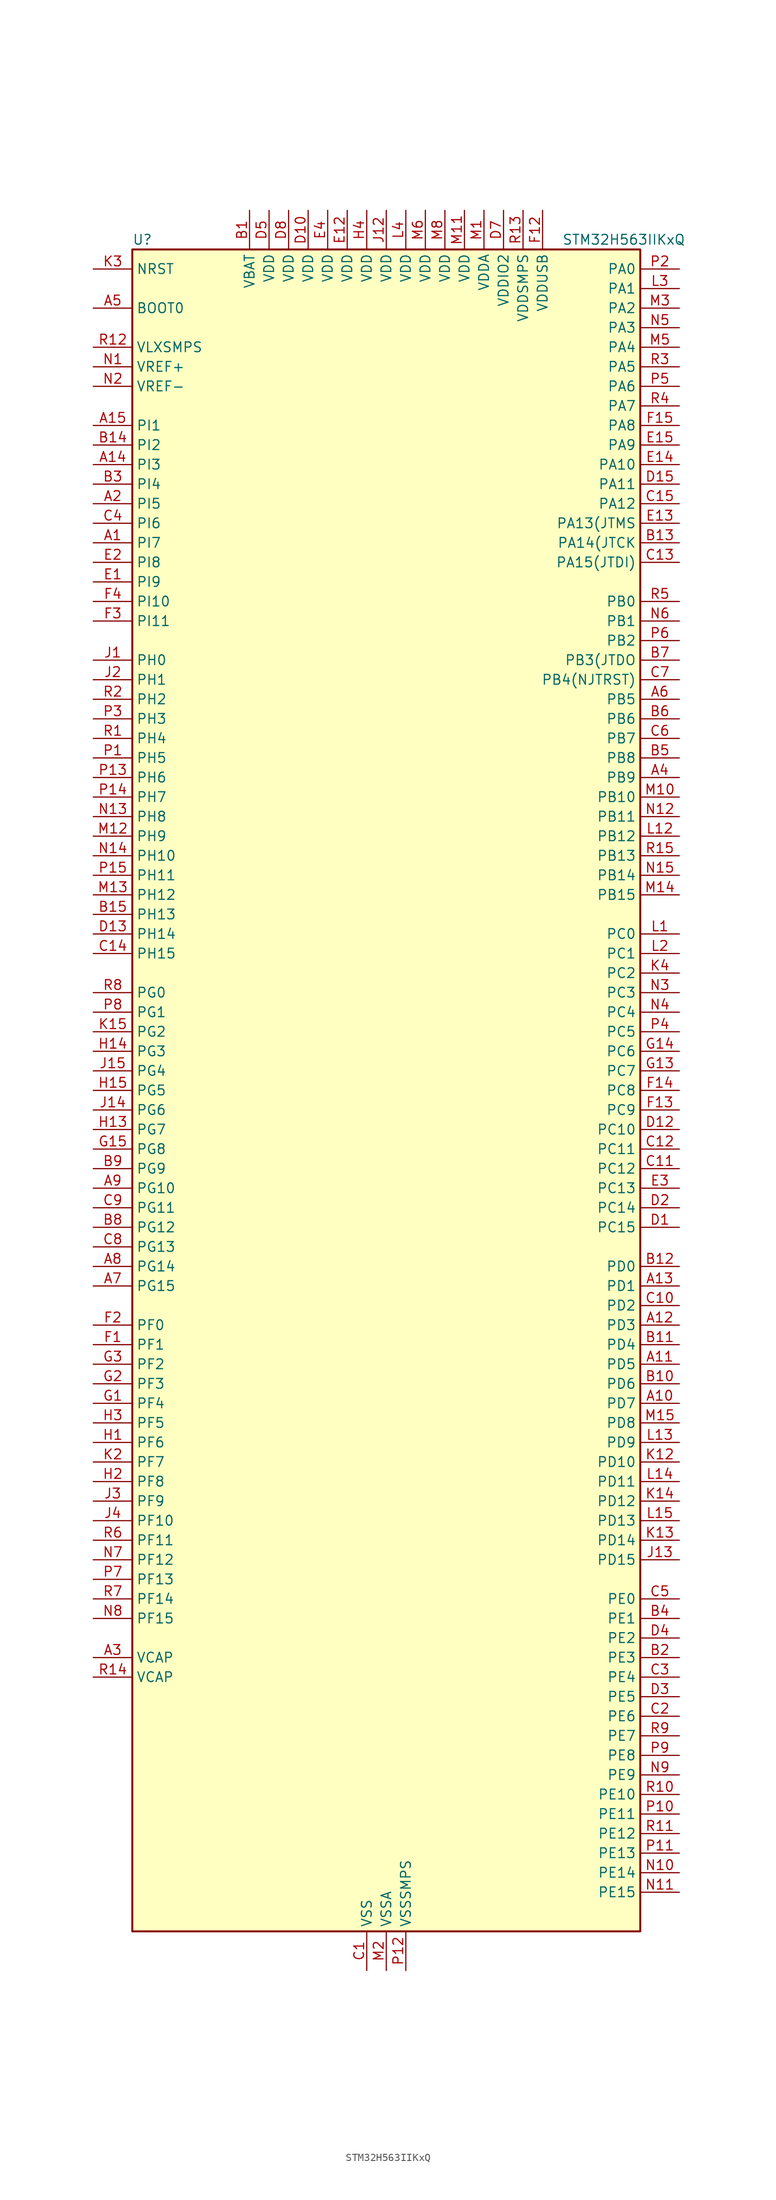
<source format=kicad_sym>
(kicad_symbol_lib
  (version 20231120)
  (generator "kicad_symbol_editor")
  (generator_version "8.0")
  (symbol "STM32H563IIKxQ"
    (property "Reference" "U"
      (at -33.02 110.49 0)
      (effects (font (size 1.27 1.27)) (justify left)))
    (property "Value" "STM32H563IIKxQ"
      (at 22.86 110.49 0)
      (effects (font (size 1.27 1.27)) (justify left)))
    (property "ki_locked" ""
      (at 0 0 0)
      (effects (font (size 1.27 1.27))))
    (symbol "STM32H563IIKxQ_0_1"
      (rectangle (start -33.02 -109.22) (end 33.02 109.22) (stroke (width 0.254) (type default)) (fill (type background))))
    (symbol "STM32H563IIKxQ_1_1"
      (pin bidirectional line (at -38.1 71.12 0) (length 5.08) (name "PI7" (effects (font (size 1.27 1.27)))) (number "A1" (effects (font (size 1.27 1.27)))) (alternate "DCMI_D7" bidirectional line) (alternate "PSSI_D7" bidirectional line) (alternate "SAI2_FS_A" bidirectional line) (alternate "TIM8_CH3" bidirectional line))
      (pin bidirectional line (at 38.1 -40.64 180) (length 5.08) (name "PD7" (effects (font (size 1.27 1.27)))) (number "A10" (effects (font (size 1.27 1.27)))) (alternate "FMC_NCE" bidirectional line) (alternate "FMC_NE1" bidirectional line) (alternate "I2S1_SDO" bidirectional line) (alternate "LPTIM4_OUT" bidirectional line) (alternate "OCTOSPI1_IO7" bidirectional line) (alternate "SDMMC2_CMD" bidirectional line) (alternate "SPI1_MOSI" bidirectional line) (alternate "USART2_CK" bidirectional line))
      (pin bidirectional line (at 38.1 -35.56 180) (length 5.08) (name "PD5" (effects (font (size 1.27 1.27)))) (number "A11" (effects (font (size 1.27 1.27)))) (alternate "FDCAN1_TX" bidirectional line) (alternate "FMC_NWE" bidirectional line) (alternate "OCTOSPI1_IO5" bidirectional line) (alternate "SPI2_RDY" bidirectional line) (alternate "TIM1_CH4N" bidirectional line) (alternate "USART2_TX" bidirectional line))
      (pin bidirectional line (at 38.1 -30.48 180) (length 5.08) (name "PD3" (effects (font (size 1.27 1.27)))) (number "A12" (effects (font (size 1.27 1.27)))) (alternate "DCMI_D5" bidirectional line) (alternate "FMC_CLK" bidirectional line) (alternate "I2S2_CK" bidirectional line) (alternate "PSSI_D5" bidirectional line) (alternate "PWR_WKUP8" bidirectional line) (alternate "SPI2_SCK" bidirectional line) (alternate "USART2_CTS" bidirectional line) (alternate "USART2_NSS" bidirectional line))
      (pin bidirectional line (at 38.1 -25.4 180) (length 5.08) (name "PD1" (effects (font (size 1.27 1.27)))) (number "A13" (effects (font (size 1.27 1.27)))) (alternate "FDCAN1_TX" bidirectional line) (alternate "FMC_D3" bidirectional line) (alternate "FMC_DA3" bidirectional line) (alternate "UART4_TX" bidirectional line))
      (pin bidirectional line (at -38.1 81.28 0) (length 5.08) (name "PI3" (effects (font (size 1.27 1.27)))) (number "A14" (effects (font (size 1.27 1.27)))) (alternate "DCMI_D10" bidirectional line) (alternate "I2S2_SDO" bidirectional line) (alternate "PSSI_D10" bidirectional line) (alternate "SPI2_MOSI" bidirectional line) (alternate "TIM8_ETR" bidirectional line))
      (pin bidirectional line (at -38.1 86.36 0) (length 5.08) (name "PI1" (effects (font (size 1.27 1.27)))) (number "A15" (effects (font (size 1.27 1.27)))) (alternate "DCMI_D8" bidirectional line) (alternate "I2S2_CK" bidirectional line) (alternate "PSSI_D8" bidirectional line) (alternate "SPI2_SCK" bidirectional line) (alternate "TIM8_BKIN2" bidirectional line))
      (pin bidirectional line (at -38.1 76.2 0) (length 5.08) (name "PI5" (effects (font (size 1.27 1.27)))) (number "A2" (effects (font (size 1.27 1.27)))) (alternate "DCMI_VSYNC" bidirectional line) (alternate "PSSI_RDY" bidirectional line) (alternate "SAI2_SCK_A" bidirectional line) (alternate "TIM8_CH1" bidirectional line))
      (pin power_out line (at -38.1 -73.66 0) (length 5.08) (name "VCAP" (effects (font (size 1.27 1.27)))) (number "A3" (effects (font (size 1.27 1.27)))))
      (pin bidirectional line (at 38.1 40.64 180) (length 5.08) (name "PB9" (effects (font (size 1.27 1.27)))) (number "A4" (effects (font (size 1.27 1.27)))) (alternate "DAC1_EXTI9" bidirectional line) (alternate "DCMI_D7" bidirectional line) (alternate "FDCAN1_TX" bidirectional line) (alternate "I2C1_SDA" bidirectional line) (alternate "I2C4_SDA" bidirectional line) (alternate "I2S2_WS" bidirectional line) (alternate "I3C1_SDA" bidirectional line) (alternate "PSSI_D7" bidirectional line) (alternate "SDMMC1_CDIR" bidirectional line) (alternate "SDMMC1_D5" bidirectional line) (alternate "SDMMC2_CKIN" bidirectional line) (alternate "SDMMC2_D5" bidirectional line) (alternate "SPI2_NSS" bidirectional line) (alternate "TIM17_CH1" bidirectional line) (alternate "TIM4_CH4" bidirectional line) (alternate "UART4_TX" bidirectional line))
      (pin input line (at -38.1 101.6 0) (length 5.08) (name "BOOT0" (effects (font (size 1.27 1.27)))) (number "A5" (effects (font (size 1.27 1.27)))))
      (pin bidirectional line (at 38.1 50.8 180) (length 5.08) (name "PB5" (effects (font (size 1.27 1.27)))) (number "A6" (effects (font (size 1.27 1.27)))) (alternate "DCMI_D10" bidirectional line) (alternate "ETH_PPS_OUT" bidirectional line) (alternate "FDCAN2_RX" bidirectional line) (alternate "FMC_SDCKE1" bidirectional line) (alternate "I2C1_SMBA" bidirectional line) (alternate "I2C4_SMBA" bidirectional line) (alternate "I2S1_SDO" bidirectional line) (alternate "I2S3_SDO" bidirectional line) (alternate "OCTOSPI1_NCLK" bidirectional line) (alternate "PSSI_D10" bidirectional line) (alternate "SPI1_MOSI" bidirectional line) (alternate "SPI3_MOSI" bidirectional line) (alternate "SPI6_MOSI" bidirectional line) (alternate "TIM17_BKIN" bidirectional line) (alternate "TIM3_CH2" bidirectional line) (alternate "UART5_RX" bidirectional line))
      (pin bidirectional line (at -38.1 -25.4 0) (length 5.08) (name "PG15" (effects (font (size 1.27 1.27)))) (number "A7" (effects (font (size 1.27 1.27)))) (alternate "ADC1_EXTI15" bidirectional line) (alternate "ADC2_EXTI15" bidirectional line) (alternate "DCMI_D13" bidirectional line) (alternate "FMC_SDNCAS" bidirectional line) (alternate "PSSI_D13" bidirectional line) (alternate "SPI4_RDY" bidirectional line) (alternate "USART10_CK" bidirectional line) (alternate "USART6_CTS" bidirectional line) (alternate "USART6_NSS" bidirectional line))
      (pin bidirectional line (at -38.1 -22.86 0) (length 5.08) (name "PG14" (effects (font (size 1.27 1.27)))) (number "A8" (effects (font (size 1.27 1.27)))) (alternate "DEBUG_TRACED1" bidirectional line) (alternate "ETH_TXD1" bidirectional line) (alternate "FMC_A25" bidirectional line) (alternate "LPTIM1_CH2" bidirectional line) (alternate "LPTIM1_ETR" bidirectional line) (alternate "LPTIM5_IN1" bidirectional line) (alternate "OCTOSPI1_IO7" bidirectional line) (alternate "SDMMC2_D7" bidirectional line) (alternate "SPI6_MOSI" bidirectional line) (alternate "USART10_RTS" bidirectional line) (alternate "USART6_TX" bidirectional line))
      (pin bidirectional line (at -38.1 -12.7 0) (length 5.08) (name "PG10" (effects (font (size 1.27 1.27)))) (number "A9" (effects (font (size 1.27 1.27)))) (alternate "DCMI_D2" bidirectional line) (alternate "FMC_NE3" bidirectional line) (alternate "I2S1_WS" bidirectional line) (alternate "PSSI_D2" bidirectional line) (alternate "SAI2_SD_B" bidirectional line) (alternate "SDMMC2_D1" bidirectional line) (alternate "SPI1_NSS" bidirectional line))
      (pin power_in line (at -17.78 114.3 270) (length 5.08) (name "VBAT" (effects (font (size 1.27 1.27)))) (number "B1" (effects (font (size 1.27 1.27)))))
      (pin bidirectional line (at 38.1 -38.1 180) (length 5.08) (name "PD6" (effects (font (size 1.27 1.27)))) (number "B10" (effects (font (size 1.27 1.27)))) (alternate "DCMI_D10" bidirectional line) (alternate "FMC_NWAIT" bidirectional line) (alternate "I2S3_SDO" bidirectional line) (alternate "OCTOSPI1_IO6" bidirectional line) (alternate "PSSI_D10" bidirectional line) (alternate "SAI1_D1" bidirectional line) (alternate "SAI1_SD_A" bidirectional line) (alternate "SDMMC2_CK" bidirectional line) (alternate "SPI3_MOSI" bidirectional line) (alternate "USART2_RX" bidirectional line))
      (pin bidirectional line (at 38.1 -33.02 180) (length 5.08) (name "PD4" (effects (font (size 1.27 1.27)))) (number "B11" (effects (font (size 1.27 1.27)))) (alternate "FMC_NOE" bidirectional line) (alternate "OCTOSPI1_IO4" bidirectional line) (alternate "USART2_RTS" bidirectional line))
      (pin bidirectional line (at 38.1 -22.86 180) (length 5.08) (name "PD0" (effects (font (size 1.27 1.27)))) (number "B12" (effects (font (size 1.27 1.27)))) (alternate "FDCAN1_RX" bidirectional line) (alternate "FMC_D2" bidirectional line) (alternate "FMC_DA2" bidirectional line) (alternate "TIM8_CH4N" bidirectional line) (alternate "UART4_RX" bidirectional line) (alternate "UART9_CTS" bidirectional line))
      (pin bidirectional line (at 38.1 71.12 180) (length 5.08) (name "PA14(JTCK" (effects (font (size 1.27 1.27)))) (number "B13" (effects (font (size 1.27 1.27)))) (alternate "DEBUG_JTCK-SWCLK" bidirectional line))
      (pin bidirectional line (at -38.1 83.82 0) (length 5.08) (name "PI2" (effects (font (size 1.27 1.27)))) (number "B14" (effects (font (size 1.27 1.27)))) (alternate "DCMI_D9" bidirectional line) (alternate "I2S2_SDI" bidirectional line) (alternate "PSSI_D9" bidirectional line) (alternate "SPI2_MISO" bidirectional line) (alternate "TIM8_CH4" bidirectional line))
      (pin bidirectional line (at -38.1 22.86 0) (length 5.08) (name "PH13" (effects (font (size 1.27 1.27)))) (number "B15" (effects (font (size 1.27 1.27)))) (alternate "DCMI_D3" bidirectional line) (alternate "FDCAN1_TX" bidirectional line) (alternate "LPTIM1_IN2" bidirectional line) (alternate "PSSI_D3" bidirectional line) (alternate "TIM8_CH1N" bidirectional line) (alternate "UART4_TX" bidirectional line) (alternate "UART8_TX" bidirectional line))
      (pin bidirectional line (at 38.1 -73.66 180) (length 5.08) (name "PE3" (effects (font (size 1.27 1.27)))) (number "B2" (effects (font (size 1.27 1.27)))) (alternate "DEBUG_TRACED0" bidirectional line) (alternate "FMC_A19" bidirectional line) (alternate "SAI1_SD_B" bidirectional line) (alternate "TAMP_IN6" bidirectional line) (alternate "TAMP_OUT3" bidirectional line) (alternate "TIM15_BKIN" bidirectional line) (alternate "USART10_TX" bidirectional line))
      (pin bidirectional line (at -38.1 78.74 0) (length 5.08) (name "PI4" (effects (font (size 1.27 1.27)))) (number "B3" (effects (font (size 1.27 1.27)))) (alternate "DCMI_D5" bidirectional line) (alternate "PSSI_D5" bidirectional line) (alternate "SAI2_MCLK_A" bidirectional line) (alternate "SPI2_RDY" bidirectional line) (alternate "TIM8_BKIN" bidirectional line))
      (pin bidirectional line (at 38.1 -68.58 180) (length 5.08) (name "PE1" (effects (font (size 1.27 1.27)))) (number "B4" (effects (font (size 1.27 1.27)))) (alternate "DCMI_D3" bidirectional line) (alternate "FDCAN1_TX" bidirectional line) (alternate "FMC_NBL1" bidirectional line) (alternate "LPTIM1_IN2" bidirectional line) (alternate "PSSI_D3" bidirectional line) (alternate "UART8_TX" bidirectional line))
      (pin bidirectional line (at 38.1 43.18 180) (length 5.08) (name "PB8" (effects (font (size 1.27 1.27)))) (number "B5" (effects (font (size 1.27 1.27)))) (alternate "DCMI_D6" bidirectional line) (alternate "ETH_TXD3" bidirectional line) (alternate "FDCAN1_RX" bidirectional line) (alternate "I2C1_SCL" bidirectional line) (alternate "I2C4_SCL" bidirectional line) (alternate "I3C1_SCL" bidirectional line) (alternate "PSSI_D6" bidirectional line) (alternate "SDMMC1_CKIN" bidirectional line) (alternate "SDMMC1_D4" bidirectional line) (alternate "SDMMC2_D4" bidirectional line) (alternate "SPI4_RDY" bidirectional line) (alternate "TIM16_CH1" bidirectional line) (alternate "TIM4_CH3" bidirectional line) (alternate "UART4_RX" bidirectional line))
      (pin bidirectional line (at 38.1 48.26 180) (length 5.08) (name "PB6" (effects (font (size 1.27 1.27)))) (number "B6" (effects (font (size 1.27 1.27)))) (alternate "CEC" bidirectional line) (alternate "DCMI_D5" bidirectional line) (alternate "FDCAN2_TX" bidirectional line) (alternate "FMC_SDNE1" bidirectional line) (alternate "I2C1_SCL" bidirectional line) (alternate "I2C4_SCL" bidirectional line) (alternate "I3C1_SCL" bidirectional line) (alternate "LPUART1_TX" bidirectional line) (alternate "OCTOSPI1_NCS" bidirectional line) (alternate "PSSI_D5" bidirectional line) (alternate "TIM16_CH1N" bidirectional line) (alternate "TIM4_CH1" bidirectional line) (alternate "UART5_TX" bidirectional line) (alternate "USART1_TX" bidirectional line))
      (pin bidirectional line (at 38.1 55.88 180) (length 5.08) (name "PB3(JTDO" (effects (font (size 1.27 1.27)))) (number "B7" (effects (font (size 1.27 1.27)))) (alternate "CRS_SYNC" bidirectional line) (alternate "DEBUG_JTDO-SWO" bidirectional line) (alternate "I2C2_SDA" bidirectional line) (alternate "I2S1_CK" bidirectional line) (alternate "I2S3_CK" bidirectional line) (alternate "LPTIM6_ETR" bidirectional line) (alternate "SDMMC2_D2" bidirectional line) (alternate "SPI1_SCK" bidirectional line) (alternate "SPI3_SCK" bidirectional line) (alternate "SPI6_SCK" bidirectional line) (alternate "TIM2_CH2" bidirectional line) (alternate "UART12_CTS" bidirectional line) (alternate "UART7_RX" bidirectional line))
      (pin bidirectional line (at -38.1 -17.78 0) (length 5.08) (name "PG12" (effects (font (size 1.27 1.27)))) (number "B8" (effects (font (size 1.27 1.27)))) (alternate "DCMI_D11" bidirectional line) (alternate "ETH_TXD1" bidirectional line) (alternate "FMC_NE4" bidirectional line) (alternate "LPTIM1_IN1" bidirectional line) (alternate "LPTIM5_CH1" bidirectional line) (alternate "PSSI_D11" bidirectional line) (alternate "PSSI_D15" bidirectional line) (alternate "SDMMC2_D3" bidirectional line) (alternate "SPI6_MISO" bidirectional line) (alternate "USART10_TX" bidirectional line) (alternate "USART6_RTS" bidirectional line))
      (pin bidirectional line (at -38.1 -10.16 0) (length 5.08) (name "PG9" (effects (font (size 1.27 1.27)))) (number "B9" (effects (font (size 1.27 1.27)))) (alternate "DAC1_EXTI9" bidirectional line) (alternate "DCMI_VSYNC" bidirectional line) (alternate "FMC_NCE" bidirectional line) (alternate "FMC_NE2" bidirectional line) (alternate "I2S1_SDI" bidirectional line) (alternate "OCTOSPI1_IO6" bidirectional line) (alternate "PSSI_RDY" bidirectional line) (alternate "SAI2_FS_B" bidirectional line) (alternate "SDMMC2_D0" bidirectional line) (alternate "SPI1_MISO" bidirectional line) (alternate "USART6_RX" bidirectional line))
      (pin power_in line (at -2.54 -114.3 90) (length 5.08) (name "VSS" (effects (font (size 1.27 1.27)))) (number "C1" (effects (font (size 1.27 1.27)))))
      (pin bidirectional line (at 38.1 -27.94 180) (length 5.08) (name "PD2" (effects (font (size 1.27 1.27)))) (number "C10" (effects (font (size 1.27 1.27)))) (alternate "DCMI_D11" bidirectional line) (alternate "DEBUG_TRACED2" bidirectional line) (alternate "LPTIM4_ETR" bidirectional line) (alternate "PSSI_D11" bidirectional line) (alternate "PWR_WKUP7" bidirectional line) (alternate "SDMMC1_CMD" bidirectional line) (alternate "TIM15_BKIN" bidirectional line) (alternate "TIM3_ETR" bidirectional line) (alternate "UART5_RX" bidirectional line))
      (pin bidirectional line (at 38.1 -10.16 180) (length 5.08) (name "PC12" (effects (font (size 1.27 1.27)))) (number "C11" (effects (font (size 1.27 1.27)))) (alternate "DCMI_D9" bidirectional line) (alternate "DEBUG_TRACED3" bidirectional line) (alternate "I2S3_SDO" bidirectional line) (alternate "PSSI_D9" bidirectional line) (alternate "SDMMC1_CK" bidirectional line) (alternate "SPI3_MOSI" bidirectional line) (alternate "SPI6_SCK" bidirectional line) (alternate "TIM15_CH1" bidirectional line) (alternate "UART5_TX" bidirectional line) (alternate "USART3_CK" bidirectional line))
      (pin bidirectional line (at 38.1 -7.62 180) (length 5.08) (name "PC11" (effects (font (size 1.27 1.27)))) (number "C12" (effects (font (size 1.27 1.27)))) (alternate "ADC1_EXTI11" bidirectional line) (alternate "ADC2_EXTI11" bidirectional line) (alternate "DCMI_D4" bidirectional line) (alternate "I2S3_SDI" bidirectional line) (alternate "LPTIM3_IN1" bidirectional line) (alternate "OCTOSPI1_NCS" bidirectional line) (alternate "PSSI_D4" bidirectional line) (alternate "SDMMC1_D3" bidirectional line) (alternate "SPI3_MISO" bidirectional line) (alternate "UART4_RX" bidirectional line) (alternate "USART3_RX" bidirectional line))
      (pin bidirectional line (at 38.1 68.58 180) (length 5.08) (name "PA15(JTDI)" (effects (font (size 1.27 1.27)))) (number "C13" (effects (font (size 1.27 1.27)))) (alternate "ADC1_EXTI15" bidirectional line) (alternate "ADC2_EXTI15" bidirectional line) (alternate "CEC" bidirectional line) (alternate "DCMI_D11" bidirectional line) (alternate "DEBUG_JTDI" bidirectional line) (alternate "FMC_NBL1" bidirectional line) (alternate "I2S1_WS" bidirectional line) (alternate "I2S3_WS" bidirectional line) (alternate "LPTIM3_IN2" bidirectional line) (alternate "PSSI_D11" bidirectional line) (alternate "SPI1_NSS" bidirectional line) (alternate "SPI3_NSS" bidirectional line) (alternate "SPI6_NSS" bidirectional line) (alternate "TIM2_CH1" bidirectional line) (alternate "TIM2_ETR" bidirectional line) (alternate "UART4_DE" bidirectional line) (alternate "UART4_RTS" bidirectional line) (alternate "UART7_TX" bidirectional line))
      (pin bidirectional line (at -38.1 17.78 0) (length 5.08) (name "PH15" (effects (font (size 1.27 1.27)))) (number "C14" (effects (font (size 1.27 1.27)))) (alternate "ADC1_EXTI15" bidirectional line) (alternate "ADC2_EXTI15" bidirectional line) (alternate "DCMI_D11" bidirectional line) (alternate "PSSI_D11" bidirectional line) (alternate "TIM8_CH3N" bidirectional line))
      (pin bidirectional line (at 38.1 76.2 180) (length 5.08) (name "PA12" (effects (font (size 1.27 1.27)))) (number "C15" (effects (font (size 1.27 1.27)))) (alternate "FDCAN1_TX" bidirectional line) (alternate "I2S2_CK" bidirectional line) (alternate "LPUART1_RTS" bidirectional line) (alternate "SAI2_FS_B" bidirectional line) (alternate "SPI2_SCK" bidirectional line) (alternate "TIM1_ETR" bidirectional line) (alternate "UART4_TX" bidirectional line) (alternate "USART1_RTS" bidirectional line) (alternate "USB_DP" bidirectional line))
      (pin bidirectional line (at 38.1 -81.28 180) (length 5.08) (name "PE6" (effects (font (size 1.27 1.27)))) (number "C2" (effects (font (size 1.27 1.27)))) (alternate "DCMI_D7" bidirectional line) (alternate "DEBUG_TRACED3" bidirectional line) (alternate "FMC_A22" bidirectional line) (alternate "PSSI_D7" bidirectional line) (alternate "SAI1_D1" bidirectional line) (alternate "SAI1_SD_A" bidirectional line) (alternate "SAI2_MCLK_B" bidirectional line) (alternate "SPI4_MOSI" bidirectional line) (alternate "TAMP_IN3" bidirectional line) (alternate "TAMP_OUT6" bidirectional line) (alternate "TIM15_CH2" bidirectional line) (alternate "TIM1_BKIN2" bidirectional line))
      (pin bidirectional line (at 38.1 -76.2 180) (length 5.08) (name "PE4" (effects (font (size 1.27 1.27)))) (number "C3" (effects (font (size 1.27 1.27)))) (alternate "DCMI_D4" bidirectional line) (alternate "DEBUG_TRACED1" bidirectional line) (alternate "FMC_A20" bidirectional line) (alternate "PSSI_D4" bidirectional line) (alternate "SAI1_D2" bidirectional line) (alternate "SAI1_FS_A" bidirectional line) (alternate "SPI4_NSS" bidirectional line) (alternate "TAMP_IN7" bidirectional line) (alternate "TAMP_OUT8" bidirectional line) (alternate "TIM15_CH1N" bidirectional line))
      (pin bidirectional line (at -38.1 73.66 0) (length 5.08) (name "PI6" (effects (font (size 1.27 1.27)))) (number "C4" (effects (font (size 1.27 1.27)))) (alternate "DCMI_D6" bidirectional line) (alternate "PSSI_D6" bidirectional line) (alternate "SAI2_SD_A" bidirectional line) (alternate "TIM8_CH2" bidirectional line))
      (pin bidirectional line (at 38.1 -66.04 180) (length 5.08) (name "PE0" (effects (font (size 1.27 1.27)))) (number "C5" (effects (font (size 1.27 1.27)))) (alternate "DCMI_D2" bidirectional line) (alternate "FDCAN1_RX" bidirectional line) (alternate "FMC_NBL0" bidirectional line) (alternate "LPTIM1_ETR" bidirectional line) (alternate "LPTIM2_CH2" bidirectional line) (alternate "LPTIM2_ETR" bidirectional line) (alternate "PSSI_D2" bidirectional line) (alternate "SAI2_MCLK_A" bidirectional line) (alternate "SPI3_RDY" bidirectional line) (alternate "TIM4_ETR" bidirectional line) (alternate "UART8_RX" bidirectional line))
      (pin bidirectional line (at 38.1 45.72 180) (length 5.08) (name "PB7" (effects (font (size 1.27 1.27)))) (number "C6" (effects (font (size 1.27 1.27)))) (alternate "DCMI_VSYNC" bidirectional line) (alternate "FDCAN1_TX" bidirectional line) (alternate "FMC_NL" bidirectional line) (alternate "I2C1_SDA" bidirectional line) (alternate "I2C4_SDA" bidirectional line) (alternate "I3C1_SDA" bidirectional line) (alternate "LPUART1_RX" bidirectional line) (alternate "PSSI_RDY" bidirectional line) (alternate "PWR_WKUP5" bidirectional line) (alternate "SDMMC2_CKIN" bidirectional line) (alternate "SDMMC2_D5" bidirectional line) (alternate "TIM17_CH1N" bidirectional line) (alternate "TIM4_CH2" bidirectional line) (alternate "USART1_RX" bidirectional line))
      (pin bidirectional line (at 38.1 53.34 180) (length 5.08) (name "PB4(NJTRST)" (effects (font (size 1.27 1.27)))) (number "C7" (effects (font (size 1.27 1.27)))) (alternate "DCMI_D7" bidirectional line) (alternate "DEBUG_JTRST" bidirectional line) (alternate "I2S1_SDI" bidirectional line) (alternate "I2S2_WS" bidirectional line) (alternate "I2S3_SDI" bidirectional line) (alternate "LPTIM1_CH2" bidirectional line) (alternate "OCTOSPI1_CLK" bidirectional line) (alternate "PSSI_D7" bidirectional line) (alternate "SDMMC2_D3" bidirectional line) (alternate "SPI1_MISO" bidirectional line) (alternate "SPI2_NSS" bidirectional line) (alternate "SPI3_MISO" bidirectional line) (alternate "SPI6_MISO" bidirectional line) (alternate "TIM16_BKIN" bidirectional line) (alternate "TIM3_CH1" bidirectional line) (alternate "UART7_TX" bidirectional line))
      (pin bidirectional line (at -38.1 -20.32 0) (length 5.08) (name "PG13" (effects (font (size 1.27 1.27)))) (number "C8" (effects (font (size 1.27 1.27)))) (alternate "DEBUG_TRACED0" bidirectional line) (alternate "ETH_TXD0" bidirectional line) (alternate "FMC_A24" bidirectional line) (alternate "LPTIM1_CH1" bidirectional line) (alternate "LPTIM5_CH2" bidirectional line) (alternate "SDMMC2_D6" bidirectional line) (alternate "SPI6_SCK" bidirectional line) (alternate "USART10_CTS" bidirectional line) (alternate "USART10_NSS" bidirectional line) (alternate "USART6_CTS" bidirectional line) (alternate "USART6_NSS" bidirectional line))
      (pin bidirectional line (at -38.1 -15.24 0) (length 5.08) (name "PG11" (effects (font (size 1.27 1.27)))) (number "C9" (effects (font (size 1.27 1.27)))) (alternate "ADC1_EXTI11" bidirectional line) (alternate "ADC2_EXTI11" bidirectional line) (alternate "DCMI_D3" bidirectional line) (alternate "ETH_TX_EN" bidirectional line) (alternate "I2S1_CK" bidirectional line) (alternate "LPTIM1_IN2" bidirectional line) (alternate "PSSI_D3" bidirectional line) (alternate "SDMMC2_D2" bidirectional line) (alternate "SPI1_SCK" bidirectional line) (alternate "USART10_RX" bidirectional line) (alternate "USART11_RTS" bidirectional line))
      (pin bidirectional line (at 38.1 -17.78 180) (length 5.08) (name "PC15" (effects (font (size 1.27 1.27)))) (number "D1" (effects (font (size 1.27 1.27)))) (alternate "ADC1_EXTI15" bidirectional line) (alternate "ADC2_EXTI15" bidirectional line) (alternate "RCC_OSC32_OUT" bidirectional line))
      (pin power_in line (at -10.16 114.3 270) (length 5.08) (name "VDD" (effects (font (size 1.27 1.27)))) (number "D10" (effects (font (size 1.27 1.27)))))
      (pin passive line (at -2.54 -114.3 90) (length 5.08) hide (name "VSS" (effects (font (size 1.27 1.27)))) (number "D11" (effects (font (size 1.27 1.27)))))
      (pin bidirectional line (at 38.1 -5.08 180) (length 5.08) (name "PC10" (effects (font (size 1.27 1.27)))) (number "D12" (effects (font (size 1.27 1.27)))) (alternate "DCMI_D8" bidirectional line) (alternate "ETH_TXD0" bidirectional line) (alternate "I2S3_CK" bidirectional line) (alternate "LPTIM3_ETR" bidirectional line) (alternate "OCTOSPI1_IO1" bidirectional line) (alternate "PSSI_D8" bidirectional line) (alternate "SDMMC1_D2" bidirectional line) (alternate "SPI3_SCK" bidirectional line) (alternate "UART4_TX" bidirectional line) (alternate "USART3_TX" bidirectional line))
      (pin bidirectional line (at -38.1 20.32 0) (length 5.08) (name "PH14" (effects (font (size 1.27 1.27)))) (number "D13" (effects (font (size 1.27 1.27)))) (alternate "DCMI_D4" bidirectional line) (alternate "FDCAN1_RX" bidirectional line) (alternate "PSSI_D4" bidirectional line) (alternate "TIM8_CH2N" bidirectional line) (alternate "UART4_RX" bidirectional line))
      (pin passive line (at -2.54 -114.3 90) (length 5.08) hide (name "VSS" (effects (font (size 1.27 1.27)))) (number "D14" (effects (font (size 1.27 1.27)))))
      (pin bidirectional line (at 38.1 78.74 180) (length 5.08) (name "PA11" (effects (font (size 1.27 1.27)))) (number "D15" (effects (font (size 1.27 1.27)))) (alternate "ADC1_EXTI11" bidirectional line) (alternate "ADC2_EXTI11" bidirectional line) (alternate "FDCAN1_RX" bidirectional line) (alternate "I2S2_WS" bidirectional line) (alternate "LPUART1_CTS" bidirectional line) (alternate "SPI2_NSS" bidirectional line) (alternate "TIM1_CH4" bidirectional line) (alternate "UART4_RX" bidirectional line) (alternate "USART1_CTS" bidirectional line) (alternate "USART1_NSS" bidirectional line) (alternate "USB_DM" bidirectional line))
      (pin bidirectional line (at 38.1 -15.24 180) (length 5.08) (name "PC14" (effects (font (size 1.27 1.27)))) (number "D2" (effects (font (size 1.27 1.27)))) (alternate "RCC_OSC32_IN" bidirectional line))
      (pin bidirectional line (at 38.1 -78.74 180) (length 5.08) (name "PE5" (effects (font (size 1.27 1.27)))) (number "D3" (effects (font (size 1.27 1.27)))) (alternate "DCMI_D6" bidirectional line) (alternate "DEBUG_TRACED2" bidirectional line) (alternate "FMC_A21" bidirectional line) (alternate "PSSI_D6" bidirectional line) (alternate "SAI1_CK2" bidirectional line) (alternate "SAI1_SCK_A" bidirectional line) (alternate "SPI4_MISO" bidirectional line) (alternate "TAMP_IN8" bidirectional line) (alternate "TAMP_OUT7" bidirectional line) (alternate "TIM15_CH1" bidirectional line))
      (pin bidirectional line (at 38.1 -71.12 180) (length 5.08) (name "PE2" (effects (font (size 1.27 1.27)))) (number "D4" (effects (font (size 1.27 1.27)))) (alternate "DCMI_D3" bidirectional line) (alternate "DEBUG_TRACECLK" bidirectional line) (alternate "ETH_TXD3" bidirectional line) (alternate "FMC_A23" bidirectional line) (alternate "LPTIM1_IN2" bidirectional line) (alternate "OCTOSPI1_IO2" bidirectional line) (alternate "PSSI_D3" bidirectional line) (alternate "SAI1_CK1" bidirectional line) (alternate "SAI1_MCLK_A" bidirectional line) (alternate "SPI4_SCK" bidirectional line) (alternate "UART8_TX" bidirectional line) (alternate "USART10_RX" bidirectional line))
      (pin power_in line (at -15.24 114.3 270) (length 5.08) (name "VDD" (effects (font (size 1.27 1.27)))) (number "D5" (effects (font (size 1.27 1.27)))))
      (pin passive line (at -2.54 -114.3 90) (length 5.08) hide (name "VSS" (effects (font (size 1.27 1.27)))) (number "D6" (effects (font (size 1.27 1.27)))))
      (pin power_in line (at 15.24 114.3 270) (length 5.08) (name "VDDIO2" (effects (font (size 1.27 1.27)))) (number "D7" (effects (font (size 1.27 1.27)))))
      (pin power_in line (at -12.7 114.3 270) (length 5.08) (name "VDD" (effects (font (size 1.27 1.27)))) (number "D8" (effects (font (size 1.27 1.27)))))
      (pin passive line (at -2.54 -114.3 90) (length 5.08) hide (name "VSS" (effects (font (size 1.27 1.27)))) (number "D9" (effects (font (size 1.27 1.27)))))
      (pin bidirectional line (at -38.1 66.04 0) (length 5.08) (name "PI9" (effects (font (size 1.27 1.27)))) (number "E1" (effects (font (size 1.27 1.27)))) (alternate "DAC1_EXTI9" bidirectional line) (alternate "FDCAN1_RX" bidirectional line) (alternate "UART4_RX" bidirectional line))
      (pin power_in line (at -5.08 114.3 270) (length 5.08) (name "VDD" (effects (font (size 1.27 1.27)))) (number "E12" (effects (font (size 1.27 1.27)))))
      (pin bidirectional line (at 38.1 73.66 180) (length 5.08) (name "PA13(JTMS" (effects (font (size 1.27 1.27)))) (number "E13" (effects (font (size 1.27 1.27)))) (alternate "DEBUG_JTMS-SWDIO" bidirectional line))
      (pin bidirectional line (at 38.1 81.28 180) (length 5.08) (name "PA10" (effects (font (size 1.27 1.27)))) (number "E14" (effects (font (size 1.27 1.27)))) (alternate "DCMI_D1" bidirectional line) (alternate "FDCAN2_TX" bidirectional line) (alternate "LPTIM2_IN2" bidirectional line) (alternate "LPUART1_RX" bidirectional line) (alternate "PSSI_D1" bidirectional line) (alternate "SDMMC1_D0" bidirectional line) (alternate "TIM1_CH3" bidirectional line) (alternate "UCPD1_FRSTX" bidirectional line) (alternate "USART1_RX" bidirectional line))
      (pin bidirectional line (at 38.1 83.82 180) (length 5.08) (name "PA9" (effects (font (size 1.27 1.27)))) (number "E15" (effects (font (size 1.27 1.27)))) (alternate "DAC1_EXTI9" bidirectional line) (alternate "DCMI_D0" bidirectional line) (alternate "ETH_TX_ER" bidirectional line) (alternate "FMC_NWE" bidirectional line) (alternate "I2C3_SMBA" bidirectional line) (alternate "I2S2_CK" bidirectional line) (alternate "LPUART1_TX" bidirectional line) (alternate "PSSI_D0" bidirectional line) (alternate "SPI2_SCK" bidirectional line) (alternate "TIM1_CH2" bidirectional line) (alternate "UCPD1_DB1" bidirectional line) (alternate "USART1_TX" bidirectional line))
      (pin bidirectional line (at -38.1 68.58 0) (length 5.08) (name "PI8" (effects (font (size 1.27 1.27)))) (number "E2" (effects (font (size 1.27 1.27)))) (alternate "PWR_WKUP3" bidirectional line) (alternate "RTC_OUT2" bidirectional line) (alternate "TAMP_IN2" bidirectional line) (alternate "TAMP_OUT3" bidirectional line))
      (pin bidirectional line (at 38.1 -12.7 180) (length 5.08) (name "PC13" (effects (font (size 1.27 1.27)))) (number "E3" (effects (font (size 1.27 1.27)))) (alternate "PWR_WKUP4" bidirectional line) (alternate "RTC_OUT1" bidirectional line) (alternate "RTC_TS" bidirectional line) (alternate "TAMP_IN1" bidirectional line) (alternate "TAMP_OUT2" bidirectional line) (alternate "TAMP_OUT3" bidirectional line))
      (pin power_in line (at -7.62 114.3 270) (length 5.08) (name "VDD" (effects (font (size 1.27 1.27)))) (number "E4" (effects (font (size 1.27 1.27)))))
      (pin bidirectional line (at -38.1 -33.02 0) (length 5.08) (name "PF1" (effects (font (size 1.27 1.27)))) (number "F1" (effects (font (size 1.27 1.27)))) (alternate "FMC_A1" bidirectional line) (alternate "I2C2_SCL" bidirectional line) (alternate "LPTIM5_CH2" bidirectional line))
      (pin passive line (at -2.54 -114.3 90) (length 5.08) hide (name "VSS" (effects (font (size 1.27 1.27)))) (number "F10" (effects (font (size 1.27 1.27)))))
      (pin power_in line (at 20.32 114.3 270) (length 5.08) (name "VDDUSB" (effects (font (size 1.27 1.27)))) (number "F12" (effects (font (size 1.27 1.27)))))
      (pin bidirectional line (at 38.1 -2.54 180) (length 5.08) (name "PC9" (effects (font (size 1.27 1.27)))) (number "F13" (effects (font (size 1.27 1.27)))) (alternate "AUDIOCLK" bidirectional line) (alternate "DAC1_EXTI9" bidirectional line) (alternate "DCMI_D3" bidirectional line) (alternate "FMC_CLE" bidirectional line) (alternate "I2C3_SDA" bidirectional line) (alternate "OCTOSPI1_IO0" bidirectional line) (alternate "PSSI_D3" bidirectional line) (alternate "RCC_MCO_2" bidirectional line) (alternate "SDMMC1_D1" bidirectional line) (alternate "TIM3_CH4" bidirectional line) (alternate "TIM8_CH4" bidirectional line) (alternate "UART5_CTS" bidirectional line) (alternate "UCPD1_DB2" bidirectional line))
      (pin bidirectional line (at 38.1 0 180) (length 5.08) (name "PC8" (effects (font (size 1.27 1.27)))) (number "F14" (effects (font (size 1.27 1.27)))) (alternate "DCMI_D2" bidirectional line) (alternate "DEBUG_TRACED1" bidirectional line) (alternate "FMC_ALE" bidirectional line) (alternate "FMC_INT" bidirectional line) (alternate "FMC_NCE" bidirectional line) (alternate "FMC_NE2" bidirectional line) (alternate "PSSI_D2" bidirectional line) (alternate "SDMMC1_D0" bidirectional line) (alternate "TIM3_CH3" bidirectional line) (alternate "TIM8_CH3" bidirectional line) (alternate "UART5_DE" bidirectional line) (alternate "UART5_RTS" bidirectional line) (alternate "USART6_CK" bidirectional line))
      (pin bidirectional line (at 38.1 86.36 180) (length 5.08) (name "PA8" (effects (font (size 1.27 1.27)))) (number "F15" (effects (font (size 1.27 1.27)))) (alternate "DCMI_D3" bidirectional line) (alternate "FMC_NOE" bidirectional line) (alternate "I2C3_SCL" bidirectional line) (alternate "PSSI_D3" bidirectional line) (alternate "RCC_MCO_1" bidirectional line) (alternate "SPI1_RDY" bidirectional line) (alternate "TIM1_CH1" bidirectional line) (alternate "TIM8_BKIN2" bidirectional line) (alternate "UART7_RX" bidirectional line) (alternate "USART1_CK" bidirectional line) (alternate "USB_SOF" bidirectional line))
      (pin bidirectional line (at -38.1 -30.48 0) (length 5.08) (name "PF0" (effects (font (size 1.27 1.27)))) (number "F2" (effects (font (size 1.27 1.27)))) (alternate "FMC_A0" bidirectional line) (alternate "I2C2_SDA" bidirectional line) (alternate "LPTIM5_CH1" bidirectional line))
      (pin bidirectional line (at -38.1 60.96 0) (length 5.08) (name "PI11" (effects (font (size 1.27 1.27)))) (number "F3" (effects (font (size 1.27 1.27)))) (alternate "ADC1_EXTI11" bidirectional line) (alternate "ADC2_EXTI11" bidirectional line) (alternate "PSSI_D15" bidirectional line) (alternate "TAMP_IN4" bidirectional line) (alternate "TAMP_OUT5" bidirectional line))
      (pin bidirectional line (at -38.1 63.5 0) (length 5.08) (name "PI10" (effects (font (size 1.27 1.27)))) (number "F4" (effects (font (size 1.27 1.27)))) (alternate "ETH_RX_ER" bidirectional line) (alternate "FDCAN1_RX" bidirectional line) (alternate "PSSI_D14" bidirectional line))
      (pin passive line (at -2.54 -114.3 90) (length 5.08) hide (name "VSS" (effects (font (size 1.27 1.27)))) (number "F6" (effects (font (size 1.27 1.27)))))
      (pin passive line (at -2.54 -114.3 90) (length 5.08) hide (name "VSS" (effects (font (size 1.27 1.27)))) (number "F7" (effects (font (size 1.27 1.27)))))
      (pin passive line (at -2.54 -114.3 90) (length 5.08) hide (name "VSS" (effects (font (size 1.27 1.27)))) (number "F8" (effects (font (size 1.27 1.27)))))
      (pin passive line (at -2.54 -114.3 90) (length 5.08) hide (name "VSS" (effects (font (size 1.27 1.27)))) (number "F9" (effects (font (size 1.27 1.27)))))
      (pin bidirectional line (at -38.1 -40.64 0) (length 5.08) (name "PF4" (effects (font (size 1.27 1.27)))) (number "G1" (effects (font (size 1.27 1.27)))) (alternate "FMC_A4" bidirectional line) (alternate "LPTIM3_ETR" bidirectional line) (alternate "USART11_RX" bidirectional line))
      (pin passive line (at -2.54 -114.3 90) (length 5.08) hide (name "VSS" (effects (font (size 1.27 1.27)))) (number "G10" (effects (font (size 1.27 1.27)))))
      (pin passive line (at -2.54 -114.3 90) (length 5.08) hide (name "VSS" (effects (font (size 1.27 1.27)))) (number "G12" (effects (font (size 1.27 1.27)))))
      (pin bidirectional line (at 38.1 2.54 180) (length 5.08) (name "PC7" (effects (font (size 1.27 1.27)))) (number "G13" (effects (font (size 1.27 1.27)))) (alternate "DCMI_D1" bidirectional line) (alternate "DEBUG_TRGIO" bidirectional line) (alternate "FMC_NE1" bidirectional line) (alternate "I2S3_MCK" bidirectional line) (alternate "OCTOSPI1_IO6" bidirectional line) (alternate "PSSI_D1" bidirectional line) (alternate "SDMMC1_D123DIR" bidirectional line) (alternate "SDMMC1_D7" bidirectional line) (alternate "SDMMC2_D7" bidirectional line) (alternate "TIM3_CH2" bidirectional line) (alternate "TIM8_CH2" bidirectional line) (alternate "USART6_RX" bidirectional line))
      (pin bidirectional line (at 38.1 5.08 180) (length 5.08) (name "PC6" (effects (font (size 1.27 1.27)))) (number "G14" (effects (font (size 1.27 1.27)))) (alternate "DCMI_D0" bidirectional line) (alternate "FMC_NWAIT" bidirectional line) (alternate "I2S2_MCK" bidirectional line) (alternate "OCTOSPI1_IO5" bidirectional line) (alternate "PSSI_D0" bidirectional line) (alternate "SAI1_SCK_A" bidirectional line) (alternate "SDMMC1_D0DIR" bidirectional line) (alternate "SDMMC1_D6" bidirectional line) (alternate "SDMMC2_D6" bidirectional line) (alternate "TIM3_CH1" bidirectional line) (alternate "TIM8_CH1" bidirectional line) (alternate "USART6_TX" bidirectional line))
      (pin bidirectional line (at -38.1 -7.62 0) (length 5.08) (name "PG8" (effects (font (size 1.27 1.27)))) (number "G15" (effects (font (size 1.27 1.27)))) (alternate "ETH_PPS_OUT" bidirectional line) (alternate "FMC_SDCLK" bidirectional line) (alternate "SPI6_NSS" bidirectional line) (alternate "TIM8_ETR" bidirectional line) (alternate "USART6_RTS" bidirectional line))
      (pin bidirectional line (at -38.1 -38.1 0) (length 5.08) (name "PF3" (effects (font (size 1.27 1.27)))) (number "G2" (effects (font (size 1.27 1.27)))) (alternate "FMC_A3" bidirectional line) (alternate "LPTIM3_IN1" bidirectional line) (alternate "LPTIM5_IN2" bidirectional line) (alternate "USART11_TX" bidirectional line))
      (pin bidirectional line (at -38.1 -35.56 0) (length 5.08) (name "PF2" (effects (font (size 1.27 1.27)))) (number "G3" (effects (font (size 1.27 1.27)))) (alternate "FMC_A2" bidirectional line) (alternate "I2C2_SMBA" bidirectional line) (alternate "LPTIM3_CH2" bidirectional line) (alternate "LPTIM3_IN2" bidirectional line) (alternate "LPTIM5_IN1" bidirectional line) (alternate "UART12_TX" bidirectional line) (alternate "USART11_CK" bidirectional line))
      (pin passive line (at -2.54 -114.3 90) (length 5.08) hide (name "VSS" (effects (font (size 1.27 1.27)))) (number "G4" (effects (font (size 1.27 1.27)))))
      (pin passive line (at -2.54 -114.3 90) (length 5.08) hide (name "VSS" (effects (font (size 1.27 1.27)))) (number "G6" (effects (font (size 1.27 1.27)))))
      (pin passive line (at -2.54 -114.3 90) (length 5.08) hide (name "VSS" (effects (font (size 1.27 1.27)))) (number "G7" (effects (font (size 1.27 1.27)))))
      (pin passive line (at -2.54 -114.3 90) (length 5.08) hide (name "VSS" (effects (font (size 1.27 1.27)))) (number "G8" (effects (font (size 1.27 1.27)))))
      (pin passive line (at -2.54 -114.3 90) (length 5.08) hide (name "VSS" (effects (font (size 1.27 1.27)))) (number "G9" (effects (font (size 1.27 1.27)))))
      (pin bidirectional line (at -38.1 -45.72 0) (length 5.08) (name "PF6" (effects (font (size 1.27 1.27)))) (number "H1" (effects (font (size 1.27 1.27)))) (alternate "LPTIM5_CH1" bidirectional line) (alternate "OCTOSPI1_IO3" bidirectional line) (alternate "SAI1_SD_B" bidirectional line) (alternate "SPI5_NSS" bidirectional line) (alternate "TIM16_CH1" bidirectional line) (alternate "UART7_RX" bidirectional line))
      (pin passive line (at -2.54 -114.3 90) (length 5.08) hide (name "VSS" (effects (font (size 1.27 1.27)))) (number "H10" (effects (font (size 1.27 1.27)))))
      (pin passive line (at -2.54 -114.3 90) (length 5.08) hide (name "VSS" (effects (font (size 1.27 1.27)))) (number "H12" (effects (font (size 1.27 1.27)))))
      (pin bidirectional line (at -38.1 -5.08 0) (length 5.08) (name "PG7" (effects (font (size 1.27 1.27)))) (number "H13" (effects (font (size 1.27 1.27)))) (alternate "DCMI_D13" bidirectional line) (alternate "FMC_INT" bidirectional line) (alternate "I2C4_SCL" bidirectional line) (alternate "I3C1_SCL" bidirectional line) (alternate "PSSI_D13" bidirectional line) (alternate "SAI1_CK2" bidirectional line) (alternate "SAI1_MCLK_A" bidirectional line) (alternate "UCPD1_FRSTX" bidirectional line) (alternate "USART6_CK" bidirectional line))
      (pin bidirectional line (at -38.1 5.08 0) (length 5.08) (name "PG3" (effects (font (size 1.27 1.27)))) (number "H14" (effects (font (size 1.27 1.27)))) (alternate "FMC_A13" bidirectional line) (alternate "LPTIM5_ETR" bidirectional line) (alternate "TIM8_BKIN2" bidirectional line) (alternate "UART12_TX" bidirectional line))
      (pin bidirectional line (at -38.1 0 0) (length 5.08) (name "PG5" (effects (font (size 1.27 1.27)))) (number "H15" (effects (font (size 1.27 1.27)))) (alternate "FMC_A15" bidirectional line) (alternate "FMC_BA1" bidirectional line) (alternate "TIM1_ETR" bidirectional line))
      (pin bidirectional line (at -38.1 -50.8 0) (length 5.08) (name "PF8" (effects (font (size 1.27 1.27)))) (number "H2" (effects (font (size 1.27 1.27)))) (alternate "LPTIM5_IN1" bidirectional line) (alternate "OCTOSPI1_IO0" bidirectional line) (alternate "SAI1_SCK_B" bidirectional line) (alternate "SPI5_MISO" bidirectional line) (alternate "TIM13_CH1" bidirectional line) (alternate "TIM16_CH1N" bidirectional line) (alternate "UART7_RTS" bidirectional line))
      (pin bidirectional line (at -38.1 -43.18 0) (length 5.08) (name "PF5" (effects (font (size 1.27 1.27)))) (number "H3" (effects (font (size 1.27 1.27)))) (alternate "FMC_A5" bidirectional line) (alternate "I2C4_SCL" bidirectional line) (alternate "I3C1_SCL" bidirectional line) (alternate "LPTIM3_CH1" bidirectional line) (alternate "LPTIM3_IN1" bidirectional line) (alternate "UART12_RX" bidirectional line) (alternate "USART11_CTS" bidirectional line) (alternate "USART11_NSS" bidirectional line))
      (pin power_in line (at -2.54 114.3 270) (length 5.08) (name "VDD" (effects (font (size 1.27 1.27)))) (number "H4" (effects (font (size 1.27 1.27)))))
      (pin passive line (at -2.54 -114.3 90) (length 5.08) hide (name "VSS" (effects (font (size 1.27 1.27)))) (number "H6" (effects (font (size 1.27 1.27)))))
      (pin passive line (at -2.54 -114.3 90) (length 5.08) hide (name "VSS" (effects (font (size 1.27 1.27)))) (number "H7" (effects (font (size 1.27 1.27)))))
      (pin passive line (at -2.54 -114.3 90) (length 5.08) hide (name "VSS" (effects (font (size 1.27 1.27)))) (number "H8" (effects (font (size 1.27 1.27)))))
      (pin passive line (at -2.54 -114.3 90) (length 5.08) hide (name "VSS" (effects (font (size 1.27 1.27)))) (number "H9" (effects (font (size 1.27 1.27)))))
      (pin bidirectional line (at -38.1 55.88 0) (length 5.08) (name "PH0" (effects (font (size 1.27 1.27)))) (number "J1" (effects (font (size 1.27 1.27)))) (alternate "RCC_OSC_IN" bidirectional line))
      (pin passive line (at -2.54 -114.3 90) (length 5.08) hide (name "VSS" (effects (font (size 1.27 1.27)))) (number "J10" (effects (font (size 1.27 1.27)))))
      (pin power_in line (at 0 114.3 270) (length 5.08) (name "VDD" (effects (font (size 1.27 1.27)))) (number "J12" (effects (font (size 1.27 1.27)))))
      (pin bidirectional line (at 38.1 -60.96 180) (length 5.08) (name "PD15" (effects (font (size 1.27 1.27)))) (number "J13" (effects (font (size 1.27 1.27)))) (alternate "ADC1_EXTI15" bidirectional line) (alternate "ADC2_EXTI15" bidirectional line) (alternate "FMC_D1" bidirectional line) (alternate "FMC_DA1" bidirectional line) (alternate "TIM4_CH4" bidirectional line) (alternate "UART8_RTS" bidirectional line) (alternate "UART9_TX" bidirectional line))
      (pin bidirectional line (at -38.1 -2.54 0) (length 5.08) (name "PG6" (effects (font (size 1.27 1.27)))) (number "J14" (effects (font (size 1.27 1.27)))) (alternate "DCMI_D12" bidirectional line) (alternate "FMC_NE3" bidirectional line) (alternate "I2C4_SDA" bidirectional line) (alternate "I3C1_SDA" bidirectional line) (alternate "OCTOSPI1_NCS" bidirectional line) (alternate "PSSI_D12" bidirectional line) (alternate "SPI1_RDY" bidirectional line) (alternate "TIM17_BKIN" bidirectional line) (alternate "UCPD1_FRSTX" bidirectional line))
      (pin bidirectional line (at -38.1 2.54 0) (length 5.08) (name "PG4" (effects (font (size 1.27 1.27)))) (number "J15" (effects (font (size 1.27 1.27)))) (alternate "FMC_A14" bidirectional line) (alternate "FMC_BA0" bidirectional line) (alternate "LPTIM4_ETR" bidirectional line) (alternate "TIM1_BKIN2" bidirectional line))
      (pin bidirectional line (at -38.1 53.34 0) (length 5.08) (name "PH1" (effects (font (size 1.27 1.27)))) (number "J2" (effects (font (size 1.27 1.27)))) (alternate "RCC_OSC_OUT" bidirectional line))
      (pin bidirectional line (at -38.1 -53.34 0) (length 5.08) (name "PF9" (effects (font (size 1.27 1.27)))) (number "J3" (effects (font (size 1.27 1.27)))) (alternate "DAC1_EXTI9" bidirectional line) (alternate "LPTIM5_IN2" bidirectional line) (alternate "OCTOSPI1_IO1" bidirectional line) (alternate "SAI1_FS_B" bidirectional line) (alternate "SPI5_MOSI" bidirectional line) (alternate "TIM14_CH1" bidirectional line) (alternate "TIM17_CH1N" bidirectional line) (alternate "UART7_CTS" bidirectional line))
      (pin bidirectional line (at -38.1 -55.88 0) (length 5.08) (name "PF10" (effects (font (size 1.27 1.27)))) (number "J4" (effects (font (size 1.27 1.27)))) (alternate "DCMI_D11" bidirectional line) (alternate "OCTOSPI1_CLK" bidirectional line) (alternate "PSSI_D11" bidirectional line) (alternate "PSSI_D15" bidirectional line) (alternate "SAI1_D3" bidirectional line) (alternate "TIM16_BKIN" bidirectional line))
      (pin passive line (at -2.54 -114.3 90) (length 5.08) hide (name "VSS" (effects (font (size 1.27 1.27)))) (number "J6" (effects (font (size 1.27 1.27)))))
      (pin passive line (at -2.54 -114.3 90) (length 5.08) hide (name "VSS" (effects (font (size 1.27 1.27)))) (number "J7" (effects (font (size 1.27 1.27)))))
      (pin passive line (at -2.54 -114.3 90) (length 5.08) hide (name "VSS" (effects (font (size 1.27 1.27)))) (number "J8" (effects (font (size 1.27 1.27)))))
      (pin passive line (at -2.54 -114.3 90) (length 5.08) hide (name "VSS" (effects (font (size 1.27 1.27)))) (number "J9" (effects (font (size 1.27 1.27)))))
      (pin passive line (at -2.54 -114.3 90) (length 5.08) hide (name "VSS" (effects (font (size 1.27 1.27)))) (number "K1" (effects (font (size 1.27 1.27)))))
      (pin passive line (at -2.54 -114.3 90) (length 5.08) hide (name "VSS" (effects (font (size 1.27 1.27)))) (number "K10" (effects (font (size 1.27 1.27)))))
      (pin bidirectional line (at 38.1 -48.26 180) (length 5.08) (name "PD10" (effects (font (size 1.27 1.27)))) (number "K12" (effects (font (size 1.27 1.27)))) (alternate "FMC_D15" bidirectional line) (alternate "FMC_DA15" bidirectional line) (alternate "LPTIM2_CH2" bidirectional line) (alternate "USART3_CK" bidirectional line))
      (pin bidirectional line (at 38.1 -58.42 180) (length 5.08) (name "PD14" (effects (font (size 1.27 1.27)))) (number "K13" (effects (font (size 1.27 1.27)))) (alternate "FMC_D0" bidirectional line) (alternate "FMC_DA0" bidirectional line) (alternate "TIM4_CH3" bidirectional line) (alternate "UART8_CTS" bidirectional line) (alternate "UART9_RX" bidirectional line))
      (pin bidirectional line (at 38.1 -53.34 180) (length 5.08) (name "PD12" (effects (font (size 1.27 1.27)))) (number "K14" (effects (font (size 1.27 1.27)))) (alternate "DCMI_D12" bidirectional line) (alternate "FMC_A17" bidirectional line) (alternate "FMC_ALE" bidirectional line) (alternate "I2C4_SCL" bidirectional line) (alternate "I3C1_SCL" bidirectional line) (alternate "LPTIM1_IN1" bidirectional line) (alternate "LPTIM2_IN1" bidirectional line) (alternate "OCTOSPI1_IO1" bidirectional line) (alternate "PSSI_D12" bidirectional line) (alternate "SAI1_D1" bidirectional line) (alternate "SAI2_FS_A" bidirectional line) (alternate "TIM4_CH1" bidirectional line) (alternate "UART4_TX" bidirectional line) (alternate "USART3_RTS" bidirectional line))
      (pin bidirectional line (at -38.1 7.62 0) (length 5.08) (name "PG2" (effects (font (size 1.27 1.27)))) (number "K15" (effects (font (size 1.27 1.27)))) (alternate "FMC_A12" bidirectional line) (alternate "LPTIM6_ETR" bidirectional line) (alternate "TIM8_BKIN" bidirectional line) (alternate "UART12_RX" bidirectional line))
      (pin bidirectional line (at -38.1 -48.26 0) (length 5.08) (name "PF7" (effects (font (size 1.27 1.27)))) (number "K2" (effects (font (size 1.27 1.27)))) (alternate "LPTIM5_CH2" bidirectional line) (alternate "OCTOSPI1_IO2" bidirectional line) (alternate "SAI1_MCLK_B" bidirectional line) (alternate "SPI5_SCK" bidirectional line) (alternate "TIM17_CH1" bidirectional line) (alternate "UART7_TX" bidirectional line))
      (pin input line (at -38.1 106.68 0) (length 5.08) (name "NRST" (effects (font (size 1.27 1.27)))) (number "K3" (effects (font (size 1.27 1.27)))))
      (pin bidirectional line (at 38.1 15.24 180) (length 5.08) (name "PC2" (effects (font (size 1.27 1.27)))) (number "K4" (effects (font (size 1.27 1.27)))) (alternate "ADC1_INN11" bidirectional line) (alternate "ADC1_INP12" bidirectional line) (alternate "ADC2_INN11" bidirectional line) (alternate "ADC2_INP12" bidirectional line) (alternate "ETH_TXD2" bidirectional line) (alternate "FMC_SDNE0" bidirectional line) (alternate "I2S2_SDI" bidirectional line) (alternate "OCTOSPI1_IO2" bidirectional line) (alternate "OCTOSPI1_IO5" bidirectional line) (alternate "PWR_CSLEEP" bidirectional line) (alternate "SPI2_MISO" bidirectional line) (alternate "TIM17_CH1" bidirectional line) (alternate "TIM4_CH4" bidirectional line))
      (pin passive line (at -2.54 -114.3 90) (length 5.08) hide (name "VSS" (effects (font (size 1.27 1.27)))) (number "K6" (effects (font (size 1.27 1.27)))))
      (pin passive line (at -2.54 -114.3 90) (length 5.08) hide (name "VSS" (effects (font (size 1.27 1.27)))) (number "K7" (effects (font (size 1.27 1.27)))))
      (pin passive line (at -2.54 -114.3 90) (length 5.08) hide (name "VSS" (effects (font (size 1.27 1.27)))) (number "K8" (effects (font (size 1.27 1.27)))))
      (pin passive line (at -2.54 -114.3 90) (length 5.08) hide (name "VSS" (effects (font (size 1.27 1.27)))) (number "K9" (effects (font (size 1.27 1.27)))))
      (pin bidirectional line (at 38.1 20.32 180) (length 5.08) (name "PC0" (effects (font (size 1.27 1.27)))) (number "L1" (effects (font (size 1.27 1.27)))) (alternate "ADC1_INP10" bidirectional line) (alternate "ADC2_INP10" bidirectional line) (alternate "FMC_A25" bidirectional line) (alternate "FMC_SDNWE" bidirectional line) (alternate "OCTOSPI1_IO7" bidirectional line) (alternate "SAI1_MCLK_A" bidirectional line) (alternate "SAI2_FS_B" bidirectional line) (alternate "SPI2_RDY" bidirectional line) (alternate "TIM16_BKIN" bidirectional line))
      (pin bidirectional line (at 38.1 33.02 180) (length 5.08) (name "PB12" (effects (font (size 1.27 1.27)))) (number "L12" (effects (font (size 1.27 1.27)))) (alternate "ETH_TXD0" bidirectional line) (alternate "FDCAN2_RX" bidirectional line) (alternate "I2C2_SDA" bidirectional line) (alternate "I2S2_WS" bidirectional line) (alternate "OCTOSPI1_NCLK" bidirectional line) (alternate "SPI2_NSS" bidirectional line) (alternate "TIM1_BKIN" bidirectional line) (alternate "UART5_RX" bidirectional line) (alternate "UCPD1_FRSTX" bidirectional line) (alternate "USART3_CK" bidirectional line))
      (pin bidirectional line (at 38.1 -45.72 180) (length 5.08) (name "PD9" (effects (font (size 1.27 1.27)))) (number "L13" (effects (font (size 1.27 1.27)))) (alternate "DAC1_EXTI9" bidirectional line) (alternate "FDCAN2_RX" bidirectional line) (alternate "FMC_D14" bidirectional line) (alternate "FMC_DA14" bidirectional line) (alternate "USART3_RX" bidirectional line))
      (pin bidirectional line (at 38.1 -50.8 180) (length 5.08) (name "PD11" (effects (font (size 1.27 1.27)))) (number "L14" (effects (font (size 1.27 1.27)))) (alternate "ADC1_EXTI11" bidirectional line) (alternate "ADC2_EXTI11" bidirectional line) (alternate "FMC_A16" bidirectional line) (alternate "FMC_CLE" bidirectional line) (alternate "I2C4_SMBA" bidirectional line) (alternate "LPTIM2_IN2" bidirectional line) (alternate "OCTOSPI1_IO0" bidirectional line) (alternate "SAI1_CK1" bidirectional line) (alternate "SAI2_SD_A" bidirectional line) (alternate "UART4_RX" bidirectional line) (alternate "USART3_CTS" bidirectional line) (alternate "USART3_NSS" bidirectional line))
      (pin bidirectional line (at 38.1 -55.88 180) (length 5.08) (name "PD13" (effects (font (size 1.27 1.27)))) (number "L15" (effects (font (size 1.27 1.27)))) (alternate "DCMI_D13" bidirectional line) (alternate "FMC_A18" bidirectional line) (alternate "I2C4_SDA" bidirectional line) (alternate "I3C1_SDA" bidirectional line) (alternate "LPTIM1_CH1" bidirectional line) (alternate "LPTIM2_CH1" bidirectional line) (alternate "LPTIM4_IN1" bidirectional line) (alternate "OCTOSPI1_IO3" bidirectional line) (alternate "PSSI_D13" bidirectional line) (alternate "SAI2_SCK_A" bidirectional line) (alternate "TIM4_CH2" bidirectional line) (alternate "UART9_RTS" bidirectional line))
      (pin bidirectional line (at 38.1 17.78 180) (length 5.08) (name "PC1" (effects (font (size 1.27 1.27)))) (number "L2" (effects (font (size 1.27 1.27)))) (alternate "ADC1_INN10" bidirectional line) (alternate "ADC1_INP11" bidirectional line) (alternate "ADC2_INN10" bidirectional line) (alternate "ADC2_INP11" bidirectional line) (alternate "DEBUG_TRACED0" bidirectional line) (alternate "ETH_MDC" bidirectional line) (alternate "I2S2_SDO" bidirectional line) (alternate "OCTOSPI1_IO4" bidirectional line) (alternate "PWR_WKUP6" bidirectional line) (alternate "SAI1_D1" bidirectional line) (alternate "SAI1_SD_A" bidirectional line) (alternate "SAI2_SD_A" bidirectional line) (alternate "SDMMC2_CK" bidirectional line) (alternate "SPI2_MOSI" bidirectional line) (alternate "TAMP_IN3" bidirectional line) (alternate "TAMP_OUT5" bidirectional line) (alternate "USART11_RTS" bidirectional line))
      (pin bidirectional line (at 38.1 104.14 180) (length 5.08) (name "PA1" (effects (font (size 1.27 1.27)))) (number "L3" (effects (font (size 1.27 1.27)))) (alternate "ADC1_INP1" bidirectional line) (alternate "ADC2_INP1" bidirectional line) (alternate "ETH_REF_CLK" bidirectional line) (alternate "ETH_RX_CLK" bidirectional line) (alternate "LPTIM1_IN1" bidirectional line) (alternate "OCTOSPI1_DQS" bidirectional line) (alternate "OCTOSPI1_IO3" bidirectional line) (alternate "SAI2_MCLK_B" bidirectional line) (alternate "TAMP_IN5" bidirectional line) (alternate "TAMP_OUT4" bidirectional line) (alternate "TIM15_CH1N" bidirectional line) (alternate "TIM2_CH2" bidirectional line) (alternate "TIM5_CH2" bidirectional line) (alternate "UART4_RX" bidirectional line) (alternate "USART2_RTS" bidirectional line))
      (pin power_in line (at 2.54 114.3 270) (length 5.08) (name "VDD" (effects (font (size 1.27 1.27)))) (number "L4" (effects (font (size 1.27 1.27)))))
      (pin power_in line (at 12.7 114.3 270) (length 5.08) (name "VDDA" (effects (font (size 1.27 1.27)))) (number "M1" (effects (font (size 1.27 1.27)))))
      (pin bidirectional line (at 38.1 38.1 180) (length 5.08) (name "PB10" (effects (font (size 1.27 1.27)))) (number "M10" (effects (font (size 1.27 1.27)))) (alternate "ETH_RX_ER" bidirectional line) (alternate "I2C2_SCL" bidirectional line) (alternate "I2S2_CK" bidirectional line) (alternate "LPTIM2_IN1" bidirectional line) (alternate "LPTIM3_CH1" bidirectional line) (alternate "OCTOSPI1_NCS" bidirectional line) (alternate "SPI2_SCK" bidirectional line) (alternate "TIM2_CH3" bidirectional line) (alternate "USART3_TX" bidirectional line))
      (pin power_in line (at 10.16 114.3 270) (length 5.08) (name "VDD" (effects (font (size 1.27 1.27)))) (number "M11" (effects (font (size 1.27 1.27)))))
      (pin bidirectional line (at -38.1 33.02 0) (length 5.08) (name "PH9" (effects (font (size 1.27 1.27)))) (number "M12" (effects (font (size 1.27 1.27)))) (alternate "DAC1_EXTI9" bidirectional line) (alternate "DCMI_D0" bidirectional line) (alternate "I2C3_SMBA" bidirectional line) (alternate "PSSI_D0" bidirectional line) (alternate "SPI5_NSS" bidirectional line) (alternate "TIM12_CH2" bidirectional line) (alternate "TIM1_CH2" bidirectional line) (alternate "TIM8_CH2N" bidirectional line))
      (pin bidirectional line (at -38.1 25.4 0) (length 5.08) (name "PH12" (effects (font (size 1.27 1.27)))) (number "M13" (effects (font (size 1.27 1.27)))) (alternate "DCMI_D3" bidirectional line) (alternate "I2C4_SDA" bidirectional line) (alternate "I3C1_SDA" bidirectional line) (alternate "PSSI_D3" bidirectional line) (alternate "TIM1_BKIN" bidirectional line) (alternate "TIM5_CH3" bidirectional line) (alternate "TIM8_BKIN" bidirectional line) (alternate "TIM8_CH4N" bidirectional line))
      (pin bidirectional line (at 38.1 25.4 180) (length 5.08) (name "PB15" (effects (font (size 1.27 1.27)))) (number "M14" (effects (font (size 1.27 1.27)))) (alternate "ADC1_EXTI15" bidirectional line) (alternate "ADC2_EXTI15" bidirectional line) (alternate "DCMI_D2" bidirectional line) (alternate "ETH_TXD1" bidirectional line) (alternate "I2S2_SDO" bidirectional line) (alternate "OCTOSPI1_CLK" bidirectional line) (alternate "PSSI_D2" bidirectional line) (alternate "PWR_PVD_IN" bidirectional line) (alternate "RTC_REFIN" bidirectional line) (alternate "SDMMC2_D1" bidirectional line) (alternate "SPI2_MOSI" bidirectional line) (alternate "TIM12_CH2" bidirectional line) (alternate "TIM1_CH3N" bidirectional line) (alternate "TIM8_CH3N" bidirectional line) (alternate "UART4_CTS" bidirectional line) (alternate "UART5_RX" bidirectional line) (alternate "USART11_CTS" bidirectional line) (alternate "USART11_NSS" bidirectional line) (alternate "USART1_RX" bidirectional line))
      (pin bidirectional line (at 38.1 -43.18 180) (length 5.08) (name "PD8" (effects (font (size 1.27 1.27)))) (number "M15" (effects (font (size 1.27 1.27)))) (alternate "FMC_D13" bidirectional line) (alternate "FMC_DA13" bidirectional line) (alternate "USART3_TX" bidirectional line))
      (pin power_in line (at 0 -114.3 90) (length 5.08) (name "VSSA" (effects (font (size 1.27 1.27)))) (number "M2" (effects (font (size 1.27 1.27)))))
      (pin bidirectional line (at 38.1 101.6 180) (length 5.08) (name "PA2" (effects (font (size 1.27 1.27)))) (number "M3" (effects (font (size 1.27 1.27)))) (alternate "ADC1_INP14" bidirectional line) (alternate "ADC2_INP14" bidirectional line) (alternate "ETH_MDIO" bidirectional line) (alternate "LPTIM1_IN2" bidirectional line) (alternate "PWR_WKUP2" bidirectional line) (alternate "SAI2_SCK_B" bidirectional line) (alternate "TAMP_IN4" bidirectional line) (alternate "TAMP_OUT3" bidirectional line) (alternate "TIM15_CH1" bidirectional line) (alternate "TIM2_CH3" bidirectional line) (alternate "TIM5_CH3" bidirectional line) (alternate "USART2_TX" bidirectional line))
      (pin passive line (at -2.54 -114.3 90) (length 5.08) hide (name "VSS" (effects (font (size 1.27 1.27)))) (number "M4" (effects (font (size 1.27 1.27)))))
      (pin bidirectional line (at 38.1 96.52 180) (length 5.08) (name "PA4" (effects (font (size 1.27 1.27)))) (number "M5" (effects (font (size 1.27 1.27)))) (alternate "ADC1_INP18" bidirectional line) (alternate "ADC2_INP18" bidirectional line) (alternate "DAC1_OUT1" bidirectional line) (alternate "DCMI_HSYNC" bidirectional line) (alternate "I2S1_WS" bidirectional line) (alternate "I2S3_WS" bidirectional line) (alternate "LPTIM2_CH1" bidirectional line) (alternate "PSSI_DE" bidirectional line) (alternate "SPI1_NSS" bidirectional line) (alternate "SPI3_NSS" bidirectional line) (alternate "SPI6_NSS" bidirectional line) (alternate "TIM5_ETR" bidirectional line) (alternate "USART2_CK" bidirectional line))
      (pin power_in line (at 5.08 114.3 270) (length 5.08) (name "VDD" (effects (font (size 1.27 1.27)))) (number "M6" (effects (font (size 1.27 1.27)))))
      (pin passive line (at -2.54 -114.3 90) (length 5.08) hide (name "VSS" (effects (font (size 1.27 1.27)))) (number "M7" (effects (font (size 1.27 1.27)))))
      (pin power_in line (at 7.62 114.3 270) (length 5.08) (name "VDD" (effects (font (size 1.27 1.27)))) (number "M8" (effects (font (size 1.27 1.27)))))
      (pin passive line (at -2.54 -114.3 90) (length 5.08) hide (name "VSS" (effects (font (size 1.27 1.27)))) (number "M9" (effects (font (size 1.27 1.27)))))
      (pin input line (at -38.1 93.98 0) (length 5.08) (name "VREF+" (effects (font (size 1.27 1.27)))) (number "N1" (effects (font (size 1.27 1.27)))))
      (pin bidirectional line (at 38.1 -101.6 180) (length 5.08) (name "PE14" (effects (font (size 1.27 1.27)))) (number "N10" (effects (font (size 1.27 1.27)))) (alternate "FMC_D11" bidirectional line) (alternate "FMC_DA11" bidirectional line) (alternate "SAI2_MCLK_B" bidirectional line) (alternate "SPI4_MOSI" bidirectional line) (alternate "TIM1_CH4" bidirectional line))
      (pin bidirectional line (at 38.1 -104.14 180) (length 5.08) (name "PE15" (effects (font (size 1.27 1.27)))) (number "N11" (effects (font (size 1.27 1.27)))) (alternate "ADC1_EXTI15" bidirectional line) (alternate "ADC2_EXTI15" bidirectional line) (alternate "FMC_D12" bidirectional line) (alternate "FMC_DA12" bidirectional line) (alternate "TIM1_BKIN" bidirectional line) (alternate "TIM1_CH4N" bidirectional line) (alternate "USART10_CK" bidirectional line))
      (pin bidirectional line (at 38.1 35.56 180) (length 5.08) (name "PB11" (effects (font (size 1.27 1.27)))) (number "N12" (effects (font (size 1.27 1.27)))) (alternate "ADC1_EXTI11" bidirectional line) (alternate "ADC2_EXTI11" bidirectional line) (alternate "ETH_TX_EN" bidirectional line) (alternate "FMC_NBL1" bidirectional line) (alternate "I2C2_SDA" bidirectional line) (alternate "LPTIM2_ETR" bidirectional line) (alternate "SPI2_RDY" bidirectional line) (alternate "SPI4_RDY" bidirectional line) (alternate "TIM2_CH4" bidirectional line) (alternate "USART3_RX" bidirectional line))
      (pin bidirectional line (at -38.1 35.56 0) (length 5.08) (name "PH8" (effects (font (size 1.27 1.27)))) (number "N13" (effects (font (size 1.27 1.27)))) (alternate "DCMI_HSYNC" bidirectional line) (alternate "I2C3_SDA" bidirectional line) (alternate "PSSI_DE" bidirectional line) (alternate "SPI5_MOSI" bidirectional line) (alternate "TIM1_CH2N" bidirectional line) (alternate "TIM5_ETR" bidirectional line) (alternate "TIM8_CH2" bidirectional line))
      (pin bidirectional line (at -38.1 30.48 0) (length 5.08) (name "PH10" (effects (font (size 1.27 1.27)))) (number "N14" (effects (font (size 1.27 1.27)))) (alternate "DCMI_D1" bidirectional line) (alternate "I2C4_SMBA" bidirectional line) (alternate "PSSI_D1" bidirectional line) (alternate "SPI5_RDY" bidirectional line) (alternate "TIM1_CH1N" bidirectional line) (alternate "TIM5_CH1" bidirectional line) (alternate "TIM8_CH3" bidirectional line))
      (pin bidirectional line (at 38.1 27.94 180) (length 5.08) (name "PB14" (effects (font (size 1.27 1.27)))) (number "N15" (effects (font (size 1.27 1.27)))) (alternate "I2S2_SDI" bidirectional line) (alternate "LPTIM3_ETR" bidirectional line) (alternate "SDMMC2_D0" bidirectional line) (alternate "SPI2_MISO" bidirectional line) (alternate "TIM12_CH1" bidirectional line) (alternate "TIM1_CH2N" bidirectional line) (alternate "TIM8_CH2N" bidirectional line) (alternate "UART4_DE" bidirectional line) (alternate "UART4_RTS" bidirectional line) (alternate "UCPD1_CC2" bidirectional line) (alternate "USART1_TX" bidirectional line) (alternate "USART3_RTS" bidirectional line))
      (pin input line (at -38.1 91.44 0) (length 5.08) (name "VREF-" (effects (font (size 1.27 1.27)))) (number "N2" (effects (font (size 1.27 1.27)))))
      (pin bidirectional line (at 38.1 12.7 180) (length 5.08) (name "PC3" (effects (font (size 1.27 1.27)))) (number "N3" (effects (font (size 1.27 1.27)))) (alternate "ADC1_INN12" bidirectional line) (alternate "ADC1_INP13" bidirectional line) (alternate "ADC2_INN12" bidirectional line) (alternate "ADC2_INP13" bidirectional line) (alternate "ETH_TX_CLK" bidirectional line) (alternate "FMC_SDCKE0" bidirectional line) (alternate "I2S2_SDO" bidirectional line) (alternate "LPTIM3_CH1" bidirectional line) (alternate "OCTOSPI1_IO0" bidirectional line) (alternate "OCTOSPI1_IO6" bidirectional line) (alternate "PWR_CSTOP" bidirectional line) (alternate "SAI1_D3" bidirectional line) (alternate "SPI2_MOSI" bidirectional line))
      (pin bidirectional line (at 38.1 10.16 180) (length 5.08) (name "PC4" (effects (font (size 1.27 1.27)))) (number "N4" (effects (font (size 1.27 1.27)))) (alternate "ADC1_INP4" bidirectional line) (alternate "ADC2_INP4" bidirectional line) (alternate "ETH_RXD0" bidirectional line) (alternate "FMC_SDNE0" bidirectional line) (alternate "I2S1_MCK" bidirectional line) (alternate "LPTIM2_ETR" bidirectional line) (alternate "SAI1_CK1" bidirectional line) (alternate "TIM2_CH4" bidirectional line) (alternate "USART3_RX" bidirectional line))
      (pin bidirectional line (at 38.1 99.06 180) (length 5.08) (name "PA3" (effects (font (size 1.27 1.27)))) (number "N5" (effects (font (size 1.27 1.27)))) (alternate "ADC1_INP15" bidirectional line) (alternate "ADC2_INP15" bidirectional line) (alternate "ETH_COL" bidirectional line) (alternate "I2S2_WS" bidirectional line) (alternate "OCTOSPI1_CLK" bidirectional line) (alternate "SAI1_SD_B" bidirectional line) (alternate "SPI2_NSS" bidirectional line) (alternate "TIM15_CH2" bidirectional line) (alternate "TIM2_CH4" bidirectional line) (alternate "TIM5_CH4" bidirectional line) (alternate "USART2_RX" bidirectional line))
      (pin bidirectional line (at 38.1 60.96 180) (length 5.08) (name "PB1" (effects (font (size 1.27 1.27)))) (number "N6" (effects (font (size 1.27 1.27)))) (alternate "ADC1_INP5" bidirectional line) (alternate "ADC2_INP5" bidirectional line) (alternate "ETH_RXD3" bidirectional line) (alternate "LPTIM3_CH2" bidirectional line) (alternate "OCTOSPI1_IO0" bidirectional line) (alternate "TIM1_CH3N" bidirectional line) (alternate "TIM3_CH4" bidirectional line) (alternate "TIM8_CH3N" bidirectional line))
      (pin bidirectional line (at -38.1 -60.96 0) (length 5.08) (name "PF12" (effects (font (size 1.27 1.27)))) (number "N7" (effects (font (size 1.27 1.27)))) (alternate "ADC1_INN2" bidirectional line) (alternate "ADC1_INP6" bidirectional line) (alternate "FMC_A6" bidirectional line) (alternate "LPTIM6_CH2" bidirectional line))
      (pin bidirectional line (at -38.1 -68.58 0) (length 5.08) (name "PF15" (effects (font (size 1.27 1.27)))) (number "N8" (effects (font (size 1.27 1.27)))) (alternate "ADC1_EXTI15" bidirectional line) (alternate "ADC2_EXTI15" bidirectional line) (alternate "FMC_A9" bidirectional line) (alternate "I2C4_SDA" bidirectional line) (alternate "I3C1_SDA" bidirectional line))
      (pin bidirectional line (at 38.1 -88.9 180) (length 5.08) (name "PE9" (effects (font (size 1.27 1.27)))) (number "N9" (effects (font (size 1.27 1.27)))) (alternate "DAC1_EXTI9" bidirectional line) (alternate "FMC_D6" bidirectional line) (alternate "FMC_DA6" bidirectional line) (alternate "OCTOSPI1_IO6" bidirectional line) (alternate "TIM1_CH1" bidirectional line) (alternate "UART12_RX" bidirectional line) (alternate "UART7_RTS" bidirectional line))
      (pin bidirectional line (at -38.1 43.18 0) (length 5.08) (name "PH5" (effects (font (size 1.27 1.27)))) (number "P1" (effects (font (size 1.27 1.27)))) (alternate "FMC_SDNWE" bidirectional line) (alternate "I2C2_SDA" bidirectional line) (alternate "SPI5_NSS" bidirectional line) (alternate "SPI6_RDY" bidirectional line))
      (pin bidirectional line (at 38.1 -93.98 180) (length 5.08) (name "PE11" (effects (font (size 1.27 1.27)))) (number "P10" (effects (font (size 1.27 1.27)))) (alternate "ADC1_EXTI11" bidirectional line) (alternate "ADC2_EXTI11" bidirectional line) (alternate "FMC_D8" bidirectional line) (alternate "FMC_DA8" bidirectional line) (alternate "OCTOSPI1_NCS" bidirectional line) (alternate "SAI2_SD_B" bidirectional line) (alternate "SPI1_RDY" bidirectional line) (alternate "SPI4_NSS" bidirectional line) (alternate "TIM1_CH2" bidirectional line))
      (pin bidirectional line (at 38.1 -99.06 180) (length 5.08) (name "PE13" (effects (font (size 1.27 1.27)))) (number "P11" (effects (font (size 1.27 1.27)))) (alternate "FMC_D10" bidirectional line) (alternate "FMC_DA10" bidirectional line) (alternate "SAI2_FS_B" bidirectional line) (alternate "SPI4_MISO" bidirectional line) (alternate "TIM1_CH3" bidirectional line))
      (pin power_in line (at 2.54 -114.3 90) (length 5.08) (name "VSSSMPS" (effects (font (size 1.27 1.27)))) (number "P12" (effects (font (size 1.27 1.27)))))
      (pin bidirectional line (at -38.1 40.64 0) (length 5.08) (name "PH6" (effects (font (size 1.27 1.27)))) (number "P13" (effects (font (size 1.27 1.27)))) (alternate "DCMI_D8" bidirectional line) (alternate "ETH_RXD2" bidirectional line) (alternate "FMC_SDNE1" bidirectional line) (alternate "I2C2_SMBA" bidirectional line) (alternate "PSSI_D8" bidirectional line) (alternate "SPI5_SCK" bidirectional line) (alternate "TIM12_CH1" bidirectional line) (alternate "TIM1_CH3N" bidirectional line) (alternate "TIM8_CH1" bidirectional line))
      (pin bidirectional line (at -38.1 38.1 0) (length 5.08) (name "PH7" (effects (font (size 1.27 1.27)))) (number "P14" (effects (font (size 1.27 1.27)))) (alternate "DCMI_D9" bidirectional line) (alternate "ETH_RXD3" bidirectional line) (alternate "FMC_SDCKE1" bidirectional line) (alternate "I2C3_SCL" bidirectional line) (alternate "PSSI_D9" bidirectional line) (alternate "SPI5_MISO" bidirectional line) (alternate "TIM1_CH3" bidirectional line) (alternate "TIM8_CH1N" bidirectional line))
      (pin bidirectional line (at -38.1 27.94 0) (length 5.08) (name "PH11" (effects (font (size 1.27 1.27)))) (number "P15" (effects (font (size 1.27 1.27)))) (alternate "ADC1_EXTI11" bidirectional line) (alternate "ADC2_EXTI11" bidirectional line) (alternate "DCMI_D2" bidirectional line) (alternate "I2C4_SCL" bidirectional line) (alternate "I3C1_SCL" bidirectional line) (alternate "PSSI_D2" bidirectional line) (alternate "TIM1_CH1" bidirectional line) (alternate "TIM5_CH2" bidirectional line) (alternate "TIM8_CH3N" bidirectional line))
      (pin bidirectional line (at 38.1 106.68 180) (length 5.08) (name "PA0" (effects (font (size 1.27 1.27)))) (number "P2" (effects (font (size 1.27 1.27)))) (alternate "ADC1_INN1" bidirectional line) (alternate "ADC1_INP0" bidirectional line) (alternate "ADC2_INN1" bidirectional line) (alternate "ADC2_INP0" bidirectional line) (alternate "ETH_CRS" bidirectional line) (alternate "PWR_WKUP1" bidirectional line) (alternate "SAI2_SD_B" bidirectional line) (alternate "SDMMC2_CMD" bidirectional line) (alternate "SPI3_RDY" bidirectional line) (alternate "SPI6_NSS" bidirectional line) (alternate "TAMP_IN2" bidirectional line) (alternate "TAMP_OUT1" bidirectional line) (alternate "TIM15_BKIN" bidirectional line) (alternate "TIM2_CH1" bidirectional line) (alternate "TIM2_ETR" bidirectional line) (alternate "TIM5_CH1" bidirectional line) (alternate "TIM8_ETR" bidirectional line) (alternate "UART4_TX" bidirectional line) (alternate "USART2_CTS" bidirectional line) (alternate "USART2_NSS" bidirectional line))
      (pin bidirectional line (at -38.1 48.26 0) (length 5.08) (name "PH3" (effects (font (size 1.27 1.27)))) (number "P3" (effects (font (size 1.27 1.27)))) (alternate "ETH_COL" bidirectional line) (alternate "FMC_SDNE0" bidirectional line) (alternate "OCTOSPI1_IO5" bidirectional line) (alternate "SAI2_MCLK_B" bidirectional line))
      (pin bidirectional line (at 38.1 7.62 180) (length 5.08) (name "PC5" (effects (font (size 1.27 1.27)))) (number "P4" (effects (font (size 1.27 1.27)))) (alternate "ADC1_INN4" bidirectional line) (alternate "ADC1_INP8" bidirectional line) (alternate "ADC2_INN4" bidirectional line) (alternate "ADC2_INP8" bidirectional line) (alternate "ETH_RXD1" bidirectional line) (alternate "FMC_SDCKE0" bidirectional line) (alternate "OCTOSPI1_DQS" bidirectional line) (alternate "PSSI_D15" bidirectional line) (alternate "SAI1_D3" bidirectional line) (alternate "SAI1_FS_A" bidirectional line) (alternate "TIM1_CH4N" bidirectional line) (alternate "UART12_RTS" bidirectional line))
      (pin bidirectional line (at 38.1 91.44 180) (length 5.08) (name "PA6" (effects (font (size 1.27 1.27)))) (number "P5" (effects (font (size 1.27 1.27)))) (alternate "ADC1_INP3" bidirectional line) (alternate "ADC2_INP3" bidirectional line) (alternate "DCMI_PIXCLK" bidirectional line) (alternate "I2S1_SDI" bidirectional line) (alternate "OCTOSPI1_IO3" bidirectional line) (alternate "PSSI_PDCK" bidirectional line) (alternate "SPI1_MISO" bidirectional line) (alternate "SPI6_MISO" bidirectional line) (alternate "TIM13_CH1" bidirectional line) (alternate "TIM1_BKIN" bidirectional line) (alternate "TIM3_CH1" bidirectional line) (alternate "TIM8_BKIN" bidirectional line) (alternate "USART11_TX" bidirectional line))
      (pin bidirectional line (at 38.1 58.42 180) (length 5.08) (name "PB2" (effects (font (size 1.27 1.27)))) (number "P6" (effects (font (size 1.27 1.27)))) (alternate "I2S3_SDO" bidirectional line) (alternate "LPTIM1_CH1" bidirectional line) (alternate "LPTIM5_ETR" bidirectional line) (alternate "OCTOSPI1_CLK" bidirectional line) (alternate "OCTOSPI1_DQS" bidirectional line) (alternate "RCC_LSCO" bidirectional line) (alternate "RTC_OUT2" bidirectional line) (alternate "SAI1_D1" bidirectional line) (alternate "SAI1_SD_A" bidirectional line) (alternate "SDMMC1_CMD" bidirectional line) (alternate "SPI1_RDY" bidirectional line) (alternate "SPI3_MOSI" bidirectional line) (alternate "TIM8_CH4N" bidirectional line))
      (pin bidirectional line (at -38.1 -63.5 0) (length 5.08) (name "PF13" (effects (font (size 1.27 1.27)))) (number "P7" (effects (font (size 1.27 1.27)))) (alternate "ADC2_INP2" bidirectional line) (alternate "FMC_A7" bidirectional line) (alternate "I2C4_SMBA" bidirectional line) (alternate "LPTIM6_IN1" bidirectional line))
      (pin bidirectional line (at -38.1 10.16 0) (length 5.08) (name "PG1" (effects (font (size 1.27 1.27)))) (number "P8" (effects (font (size 1.27 1.27)))) (alternate "FMC_A11" bidirectional line) (alternate "I2S2_SDO" bidirectional line) (alternate "SPI2_MOSI" bidirectional line) (alternate "UART9_TX" bidirectional line))
      (pin bidirectional line (at 38.1 -86.36 180) (length 5.08) (name "PE8" (effects (font (size 1.27 1.27)))) (number "P9" (effects (font (size 1.27 1.27)))) (alternate "FMC_D5" bidirectional line) (alternate "FMC_DA5" bidirectional line) (alternate "OCTOSPI1_IO5" bidirectional line) (alternate "TIM1_CH1N" bidirectional line) (alternate "UART12_CTS" bidirectional line) (alternate "UART7_TX" bidirectional line))
      (pin bidirectional line (at -38.1 45.72 0) (length 5.08) (name "PH4" (effects (font (size 1.27 1.27)))) (number "R1" (effects (font (size 1.27 1.27)))) (alternate "I2C2_SCL" bidirectional line) (alternate "PSSI_D14" bidirectional line) (alternate "SPI5_RDY" bidirectional line) (alternate "SPI6_RDY" bidirectional line))
      (pin bidirectional line (at 38.1 -91.44 180) (length 5.08) (name "PE10" (effects (font (size 1.27 1.27)))) (number "R10" (effects (font (size 1.27 1.27)))) (alternate "FMC_D7" bidirectional line) (alternate "FMC_DA7" bidirectional line) (alternate "OCTOSPI1_IO7" bidirectional line) (alternate "TIM1_CH2N" bidirectional line) (alternate "UART12_TX" bidirectional line) (alternate "UART7_CTS" bidirectional line))
      (pin bidirectional line (at 38.1 -96.52 180) (length 5.08) (name "PE12" (effects (font (size 1.27 1.27)))) (number "R11" (effects (font (size 1.27 1.27)))) (alternate "FMC_D9" bidirectional line) (alternate "FMC_DA9" bidirectional line) (alternate "SAI2_SCK_B" bidirectional line) (alternate "SPI4_SCK" bidirectional line) (alternate "TIM1_CH3N" bidirectional line))
      (pin power_in line (at -38.1 96.52 0) (length 5.08) (name "VLXSMPS" (effects (font (size 1.27 1.27)))) (number "R12" (effects (font (size 1.27 1.27)))))
      (pin power_in line (at 17.78 114.3 270) (length 5.08) (name "VDDSMPS" (effects (font (size 1.27 1.27)))) (number "R13" (effects (font (size 1.27 1.27)))))
      (pin power_out line (at -38.1 -76.2 0) (length 5.08) (name "VCAP" (effects (font (size 1.27 1.27)))) (number "R14" (effects (font (size 1.27 1.27)))))
      (pin bidirectional line (at 38.1 30.48 180) (length 5.08) (name "PB13" (effects (font (size 1.27 1.27)))) (number "R15" (effects (font (size 1.27 1.27)))) (alternate "FDCAN2_TX" bidirectional line) (alternate "I2C2_SMBA" bidirectional line) (alternate "I2S2_CK" bidirectional line) (alternate "LPTIM2_CH1" bidirectional line) (alternate "LPTIM3_IN1" bidirectional line) (alternate "SDMMC1_D0" bidirectional line) (alternate "SPI2_SCK" bidirectional line) (alternate "TIM1_CH1N" bidirectional line) (alternate "UART5_TX" bidirectional line) (alternate "UCPD1_CC1" bidirectional line) (alternate "USART3_CTS" bidirectional line) (alternate "USART3_NSS" bidirectional line))
      (pin bidirectional line (at -38.1 50.8 0) (length 5.08) (name "PH2" (effects (font (size 1.27 1.27)))) (number "R2" (effects (font (size 1.27 1.27)))) (alternate "ETH_CRS" bidirectional line) (alternate "FMC_SDCKE0" bidirectional line) (alternate "LPTIM1_IN2" bidirectional line) (alternate "OCTOSPI1_IO4" bidirectional line) (alternate "SAI2_SCK_B" bidirectional line))
      (pin bidirectional line (at 38.1 93.98 180) (length 5.08) (name "PA5" (effects (font (size 1.27 1.27)))) (number "R3" (effects (font (size 1.27 1.27)))) (alternate "ADC1_INN18" bidirectional line) (alternate "ADC1_INP19" bidirectional line) (alternate "ADC2_INN18" bidirectional line) (alternate "ADC2_INP19" bidirectional line) (alternate "DAC1_OUT2" bidirectional line) (alternate "ETH_TX_EN" bidirectional line) (alternate "I2S1_CK" bidirectional line) (alternate "PSSI_D14" bidirectional line) (alternate "SPI1_SCK" bidirectional line) (alternate "SPI6_SCK" bidirectional line) (alternate "TIM2_CH1" bidirectional line) (alternate "TIM2_ETR" bidirectional line) (alternate "TIM8_CH1N" bidirectional line))
      (pin bidirectional line (at 38.1 88.9 180) (length 5.08) (name "PA7" (effects (font (size 1.27 1.27)))) (number "R4" (effects (font (size 1.27 1.27)))) (alternate "ADC1_INN3" bidirectional line) (alternate "ADC1_INP7" bidirectional line) (alternate "ADC2_INN3" bidirectional line) (alternate "ADC2_INP7" bidirectional line) (alternate "ETH_CRS_DV" bidirectional line) (alternate "ETH_RX_DV" bidirectional line) (alternate "FMC_NWE" bidirectional line) (alternate "FMC_SDNWE" bidirectional line) (alternate "I2S1_SDO" bidirectional line) (alternate "OCTOSPI1_IO2" bidirectional line) (alternate "SPI1_MOSI" bidirectional line) (alternate "SPI6_MOSI" bidirectional line) (alternate "TIM14_CH1" bidirectional line) (alternate "TIM1_CH1N" bidirectional line) (alternate "TIM3_CH2" bidirectional line) (alternate "TIM8_CH1N" bidirectional line) (alternate "USART11_RX" bidirectional line))
      (pin bidirectional line (at 38.1 63.5 180) (length 5.08) (name "PB0" (effects (font (size 1.27 1.27)))) (number "R5" (effects (font (size 1.27 1.27)))) (alternate "ADC1_INN5" bidirectional line) (alternate "ADC1_INP9" bidirectional line) (alternate "ADC2_INN5" bidirectional line) (alternate "ADC2_INP9" bidirectional line) (alternate "ETH_RXD2" bidirectional line) (alternate "LPTIM3_CH1" bidirectional line) (alternate "OCTOSPI1_IO1" bidirectional line) (alternate "TIM1_CH2N" bidirectional line) (alternate "TIM3_CH3" bidirectional line) (alternate "TIM8_CH2N" bidirectional line) (alternate "UART4_CTS" bidirectional line) (alternate "USART11_CK" bidirectional line))
      (pin bidirectional line (at -38.1 -58.42 0) (length 5.08) (name "PF11" (effects (font (size 1.27 1.27)))) (number "R6" (effects (font (size 1.27 1.27)))) (alternate "ADC1_EXTI11" bidirectional line) (alternate "ADC1_INP2" bidirectional line) (alternate "ADC2_EXTI11" bidirectional line) (alternate "DCMI_D12" bidirectional line) (alternate "FMC_SDNRAS" bidirectional line) (alternate "LPTIM6_CH1" bidirectional line) (alternate "OCTOSPI1_NCLK" bidirectional line) (alternate "PSSI_D12" bidirectional line) (alternate "SAI2_SD_B" bidirectional line) (alternate "SPI5_MOSI" bidirectional line))
      (pin bidirectional line (at -38.1 -66.04 0) (length 5.08) (name "PF14" (effects (font (size 1.27 1.27)))) (number "R7" (effects (font (size 1.27 1.27)))) (alternate "ADC2_INN2" bidirectional line) (alternate "ADC2_INP6" bidirectional line) (alternate "FMC_A8" bidirectional line) (alternate "LPTIM6_IN2" bidirectional line))
      (pin bidirectional line (at -38.1 12.7 0) (length 5.08) (name "PG0" (effects (font (size 1.27 1.27)))) (number "R8" (effects (font (size 1.27 1.27)))) (alternate "FMC_A10" bidirectional line) (alternate "LPTIM4_IN1" bidirectional line) (alternate "UART9_RX" bidirectional line))
      (pin bidirectional line (at 38.1 -83.82 180) (length 5.08) (name "PE7" (effects (font (size 1.27 1.27)))) (number "R9" (effects (font (size 1.27 1.27)))) (alternate "FMC_D4" bidirectional line) (alternate "FMC_DA4" bidirectional line) (alternate "OCTOSPI1_IO4" bidirectional line) (alternate "TIM1_ETR" bidirectional line) (alternate "UART12_RTS" bidirectional line) (alternate "UART7_RX" bidirectional line)))))
</source>
